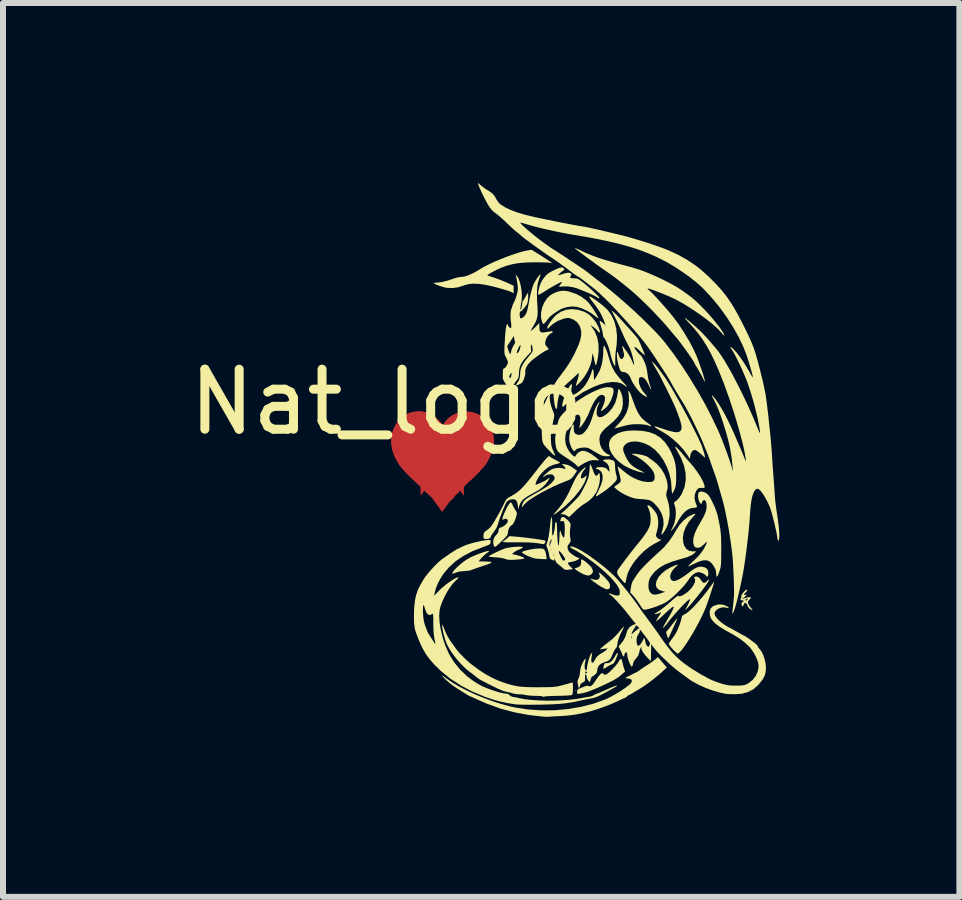
<source format=kicad_pcb>
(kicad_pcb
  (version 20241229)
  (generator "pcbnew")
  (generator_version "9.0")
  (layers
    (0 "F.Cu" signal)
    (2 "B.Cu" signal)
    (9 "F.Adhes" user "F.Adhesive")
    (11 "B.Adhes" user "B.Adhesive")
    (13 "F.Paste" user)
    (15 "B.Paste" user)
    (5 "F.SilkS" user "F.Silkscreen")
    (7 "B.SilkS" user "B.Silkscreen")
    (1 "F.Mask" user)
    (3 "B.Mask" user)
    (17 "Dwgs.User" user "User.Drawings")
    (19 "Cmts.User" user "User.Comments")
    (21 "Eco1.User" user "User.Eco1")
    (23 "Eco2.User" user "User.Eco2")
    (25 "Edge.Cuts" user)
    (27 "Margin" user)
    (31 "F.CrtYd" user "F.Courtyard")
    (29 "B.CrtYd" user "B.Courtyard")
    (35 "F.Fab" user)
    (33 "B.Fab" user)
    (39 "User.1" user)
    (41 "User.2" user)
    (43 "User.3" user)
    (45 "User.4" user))
  (footprint "Nat_logo"
    (layer "F.Cu")
    (at 3.387 6.186)
    (property "Reference" "Nat_logo" (at 0 -2.54 0) (unlocked yes) (layer "F.SilkS") (effects (font (size 1 1) (thickness 0.15))))
    (attr smd)
    (fp_poly (pts (xy 2.378 -4.392) (xy 2.38 -4.378) (xy 2.378 -4.376) (xy 2.371 -4.378) (xy 2.37 -4.384) (xy 2.375 -4.394)) (stroke (width 0) (type solid)) (fill yes) (layer "F.SilkS"))
    (fp_poly (pts (xy 3.152 2.264) (xy 3.154 2.279) (xy 3.152 2.28) (xy 3.145 2.279) (xy 3.144 2.272) (xy 3.149 2.263)) (stroke (width 0) (type solid)) (fill yes) (layer "F.SilkS"))
    (fp_poly (pts (xy 4.847 1.071) (xy 4.837 1.096) (xy 4.821 1.135) (xy 4.798 1.184) (xy 4.795 1.191) (xy 4.769 1.247) (xy 4.745 1.299) (xy 4.725 1.342) (xy 4.714 1.367) (xy 4.7 1.393) (xy 4.691 1.395) (xy 4.689 1.391) (xy 4.673 1.343) (xy 4.664 1.312) (xy 4.662 1.294) (xy 4.667 1.283) (xy 4.672 1.278) (xy 4.686 1.264) (xy 4.71 1.235) (xy 4.74 1.197) (xy 4.762 1.168) (xy 4.795 1.127) (xy 4.822 1.092) (xy 4.841 1.07) (xy 4.848 1.063)) (stroke (width 0) (type solid)) (fill yes) (layer "F.SilkS"))
    (fp_poly (pts (xy 2.579 -0.097) (xy 2.608 -0.093) (xy 2.625 -0.085) (xy 2.637 -0.071) (xy 2.638 -0.069) (xy 2.651 -0.04) (xy 2.661 -0.000251) (xy 2.664 0.02) (xy 2.671 0.081) (xy 2.613 0.079) (xy 2.565 0.076) (xy 2.511 0.072) (xy 2.489 0.07) (xy 2.455 0.063) (xy 2.413 0.049) (xy 2.368 0.031) (xy 2.325 0.011) (xy 2.29 -0.008) (xy 2.266 -0.025) (xy 2.259 -0.037) (xy 2.26 -0.039) (xy 2.281 -0.051) (xy 2.321 -0.063) (xy 2.371 -0.076) (xy 2.427 -0.086) (xy 2.481 -0.094) (xy 2.529 -0.097) (xy 2.534 -0.097)) (stroke (width 0) (type solid)) (fill yes) (layer "F.SilkS"))
    (fp_poly (pts (xy 3.855 1.642) (xy 3.857 1.649) (xy 3.854 1.664) (xy 3.843 1.694) (xy 3.827 1.737) (xy 3.808 1.781) (xy 3.792 1.808) (xy 3.775 1.824) (xy 3.756 1.832) (xy 3.723 1.847) (xy 3.684 1.87) (xy 3.67 1.88) (xy 3.641 1.898) (xy 3.621 1.906) (xy 3.616 1.905) (xy 3.615 1.888) (xy 3.621 1.859) (xy 3.623 1.851) (xy 3.635 1.821) (xy 3.649 1.811) (xy 3.659 1.812) (xy 3.701 1.811) (xy 3.742 1.788) (xy 3.781 1.745) (xy 3.8 1.713) (xy 3.821 1.677) (xy 3.838 1.651) (xy 3.849 1.641) (xy 3.849 1.641)) (stroke (width 0) (type solid)) (fill yes) (layer "F.SilkS"))
    (fp_poly (pts (xy 3.272 0.091) (xy 3.305 0.112) (xy 3.343 0.143) (xy 3.38 0.177) (xy 3.411 0.21) (xy 3.422 0.225) (xy 3.441 0.266) (xy 3.439 0.303) (xy 3.416 0.331) (xy 3.407 0.337) (xy 3.383 0.349) (xy 3.365 0.353) (xy 3.342 0.35) (xy 3.311 0.341) (xy 3.279 0.329) (xy 3.242 0.31) (xy 3.204 0.288) (xy 3.17 0.266) (xy 3.147 0.247) (xy 3.139 0.235) (xy 3.139 0.235) (xy 3.155 0.226) (xy 3.168 0.224) (xy 3.192 0.217) (xy 3.217 0.202) (xy 3.237 0.179) (xy 3.244 0.147) (xy 3.244 0.13) (xy 3.245 0.1) (xy 3.248 0.083) (xy 3.25 0.082)) (stroke (width 0) (type solid)) (fill yes) (layer "F.SilkS"))
    (fp_poly (pts (xy 2.147 -0.296) (xy 2.199 -0.292) (xy 2.262 -0.285) (xy 2.331 -0.277) (xy 2.402 -0.268) (xy 2.471 -0.259) (xy 2.535 -0.25) (xy 2.588 -0.241) (xy 2.626 -0.234) (xy 2.647 -0.229) (xy 2.648 -0.228) (xy 2.651 -0.212) (xy 2.642 -0.19) (xy 2.627 -0.173) (xy 2.617 -0.17) (xy 2.599 -0.173) (xy 2.564 -0.178) (xy 2.52 -0.186) (xy 2.513 -0.187) (xy 2.458 -0.193) (xy 2.381 -0.198) (xy 2.283 -0.2) (xy 2.17 -0.2) (xy 2.079 -0.2) (xy 2.011 -0.201) (xy 1.965 -0.203) (xy 1.94 -0.205) (xy 1.936 -0.21) (xy 1.937 -0.21) (xy 1.958 -0.225) (xy 1.988 -0.249) (xy 2.004 -0.263) (xy 2.05 -0.303)) (stroke (width 0) (type solid)) (fill yes) (layer "F.SilkS"))
    (fp_poly (pts (xy 3.564 0.315) (xy 3.598 0.346) (xy 3.631 0.377) (xy 3.678 0.427) (xy 3.709 0.467) (xy 3.724 0.501) (xy 3.726 0.533) (xy 3.723 0.552) (xy 3.712 0.574) (xy 3.687 0.581) (xy 3.681 0.581) (xy 3.654 0.578) (xy 3.639 0.571) (xy 3.624 0.56) (xy 3.603 0.553) (xy 3.585 0.544) (xy 3.556 0.526) (xy 3.519 0.502) (xy 3.481 0.474) (xy 3.445 0.448) (xy 3.417 0.425) (xy 3.4 0.41) (xy 3.399 0.406) (xy 3.411 0.408) (xy 3.437 0.414) (xy 3.444 0.417) (xy 3.481 0.424) (xy 3.514 0.423) (xy 3.517 0.422) (xy 3.543 0.405) (xy 3.556 0.375) (xy 3.553 0.34) (xy 3.549 0.33) (xy 3.539 0.307) (xy 3.544 0.302)) (stroke (width 0) (type solid)) (fill yes) (layer "F.SilkS"))
    (fp_poly (pts (xy 4.036 -2.724) (xy 4.048 -2.711) (xy 4.063 -2.683) (xy 4.082 -2.638) (xy 4.105 -2.573) (xy 4.115 -2.544) (xy 4.151 -2.45) (xy 4.185 -2.374) (xy 4.222 -2.313) (xy 4.264 -2.262) (xy 4.314 -2.218) (xy 4.358 -2.186) (xy 4.397 -2.158) (xy 4.416 -2.141) (xy 4.413 -2.135) (xy 4.389 -2.139) (xy 4.353 -2.151) (xy 4.313 -2.16) (xy 4.256 -2.166) (xy 4.188 -2.169) (xy 4.185 -2.169) (xy 4.12 -2.168) (xy 4.064 -2.162) (xy 4.007 -2.152) (xy 3.938 -2.134) (xy 3.886 -2.119) (xy 3.843 -2.108) (xy 3.813 -2.1) (xy 3.802 -2.098) (xy 3.806 -2.106) (xy 3.823 -2.127) (xy 3.852 -2.158) (xy 3.877 -2.184) (xy 3.952 -2.274) (xy 4.004 -2.367) (xy 4.034 -2.465) (xy 4.042 -2.55) (xy 4.041 -2.602) (xy 4.038 -2.65) (xy 4.034 -2.686) (xy 4.034 -2.686) (xy 4.029 -2.716) (xy 4.034 -2.725)) (stroke (width 0) (type solid)) (fill yes) (layer "F.SilkS"))
    (fp_poly (pts (xy 1.713 -0.056) (xy 1.707 -0.048) (xy 1.688 -0.032) (xy 1.685 -0.03) (xy 1.631 0.014) (xy 1.575 0.071) (xy 1.564 0.085) (xy 1.537 0.117) (xy 1.623 0.118) (xy 1.688 0.12) (xy 1.731 0.123) (xy 1.751 0.129) (xy 1.75 0.138) (xy 1.726 0.151) (xy 1.68 0.169) (xy 1.611 0.192) (xy 1.608 0.193) (xy 1.546 0.214) (xy 1.491 0.233) (xy 1.447 0.249) (xy 1.419 0.26) (xy 1.413 0.263) (xy 1.39 0.269) (xy 1.352 0.274) (xy 1.305 0.278) (xy 1.298 0.278) (xy 1.214 0.287) (xy 1.151 0.306) (xy 1.12 0.318) (xy 1.1 0.324) (xy 1.096 0.323) (xy 1.106 0.297) (xy 1.132 0.261) (xy 1.172 0.219) (xy 1.221 0.174) (xy 1.277 0.129) (xy 1.336 0.087) (xy 1.355 0.076) (xy 1.394 0.054) (xy 1.444 0.031) (xy 1.5 0.007) (xy 1.557 -0.015) (xy 1.612 -0.034) (xy 1.659 -0.049) (xy 1.694 -0.057) (xy 1.712 -0.057)) (stroke (width 0) (type solid)) (fill yes) (layer "F.SilkS"))
    (fp_poly (pts (xy 2.263 -0.125) (xy 2.275 -0.118) (xy 2.275 -0.118) (xy 2.265 -0.106) (xy 2.238 -0.091) (xy 2.216 -0.082) (xy 2.174 -0.064) (xy 2.137 -0.042) (xy 2.124 -0.033) (xy 2.092 -0.005) (xy 2.133 0.003) (xy 2.187 0.016) (xy 2.235 0.031) (xy 2.273 0.045) (xy 2.295 0.058) (xy 2.299 0.064) (xy 2.287 0.072) (xy 2.254 0.08) (xy 2.201 0.085) (xy 2.13 0.09) (xy 2.077 0.092) (xy 2.037 0.09) (xy 2.004 0.084) (xy 1.973 0.074) (xy 1.971 0.073) (xy 1.938 0.064) (xy 1.889 0.056) (xy 1.833 0.05) (xy 1.814 0.049) (xy 1.766 0.045) (xy 1.728 0.041) (xy 1.707 0.037) (xy 1.704 0.035) (xy 1.714 0.025) (xy 1.741 0.009) (xy 1.781 -0.012) (xy 1.828 -0.035) (xy 1.878 -0.058) (xy 1.925 -0.079) (xy 1.966 -0.095) (xy 1.989 -0.102) (xy 2.033 -0.112) (xy 2.084 -0.119) (xy 2.138 -0.125) (xy 2.189 -0.128) (xy 2.232 -0.128)) (stroke (width 0) (type solid)) (fill yes) (layer "F.SilkS"))
    (fp_poly (pts (xy 3.319 -1.451) (xy 3.318 -1.438) (xy 3.303 -1.417) (xy 3.303 -1.416) (xy 3.276 -1.381) (xy 3.255 -1.343) (xy 3.243 -1.307) (xy 3.241 -1.28) (xy 3.25 -1.265) (xy 3.256 -1.264) (xy 3.276 -1.271) (xy 3.302 -1.288) (xy 3.305 -1.29) (xy 3.338 -1.316) (xy 3.329 -1.275) (xy 3.306 -1.208) (xy 3.265 -1.132) (xy 3.208 -1.05) (xy 3.139 -0.965) (xy 3.06 -0.881) (xy 2.973 -0.799) (xy 2.901 -0.74) (xy 2.853 -0.704) (xy 2.821 -0.679) (xy 2.801 -0.665) (xy 2.791 -0.66) (xy 2.788 -0.66) (xy 2.787 -0.663) (xy 2.795 -0.675) (xy 2.815 -0.7) (xy 2.843 -0.733) (xy 2.857 -0.748) (xy 2.922 -0.831) (xy 2.986 -0.93) (xy 3.044 -1.038) (xy 3.066 -1.086) (xy 3.102 -1.165) (xy 3.131 -1.226) (xy 3.156 -1.274) (xy 3.179 -1.312) (xy 3.204 -1.345) (xy 3.232 -1.378) (xy 3.24 -1.386) (xy 3.273 -1.418) (xy 3.299 -1.441) (xy 3.316 -1.452)) (stroke (width 0) (type solid)) (fill yes) (layer "F.SilkS"))
    (fp_poly (pts (xy 2.984 -4.39) (xy 3.038 -4.38) (xy 3.154 -4.342) (xy 3.252 -4.292) (xy 3.337 -4.225) (xy 3.373 -4.188) (xy 3.395 -4.161) (xy 3.422 -4.123) (xy 3.451 -4.08) (xy 3.479 -4.035) (xy 3.504 -3.994) (xy 3.523 -3.96) (xy 3.532 -3.939) (xy 3.532 -3.934) (xy 3.521 -3.939) (xy 3.497 -3.955) (xy 3.47 -3.977) (xy 3.405 -4.023) (xy 3.328 -4.066) (xy 3.249 -4.101) (xy 3.177 -4.123) (xy 3.098 -4.13) (xy 3.014 -4.121) (xy 2.935 -4.098) (xy 2.893 -4.077) (xy 2.828 -4.036) (xy 2.779 -4.003) (xy 2.742 -3.974) (xy 2.712 -3.945) (xy 2.686 -3.913) (xy 2.68 -3.905) (xy 2.654 -3.871) (xy 2.632 -3.847) (xy 2.619 -3.837) (xy 2.619 -3.837) (xy 2.607 -3.846) (xy 2.595 -3.869) (xy 2.577 -3.944) (xy 2.577 -4.027) (xy 2.596 -4.113) (xy 2.631 -4.197) (xy 2.634 -4.201) (xy 2.68 -4.27) (xy 2.732 -4.319) (xy 2.795 -4.354) (xy 2.807 -4.359) (xy 2.874 -4.382) (xy 2.93 -4.392)) (stroke (width 0) (type solid)) (fill yes) (layer "F.SilkS"))
    (fp_poly (pts (xy 2.726 -2.653) (xy 2.724 -2.643) (xy 2.721 -2.604) (xy 2.727 -2.551) (xy 2.74 -2.489) (xy 2.76 -2.427) (xy 2.771 -2.399) (xy 2.788 -2.357) (xy 2.796 -2.326) (xy 2.796 -2.298) (xy 2.79 -2.263) (xy 2.789 -2.261) (xy 2.771 -2.177) (xy 2.758 -2.111) (xy 2.749 -2.059) (xy 2.743 -2.016) (xy 2.741 -1.978) (xy 2.741 -1.94) (xy 2.742 -1.904) (xy 2.746 -1.841) (xy 2.754 -1.794) (xy 2.768 -1.753) (xy 2.779 -1.728) (xy 2.8 -1.682) (xy 2.809 -1.654) (xy 2.806 -1.644) (xy 2.791 -1.653) (xy 2.761 -1.68) (xy 2.717 -1.725) (xy 2.711 -1.731) (xy 2.668 -1.776) (xy 2.637 -1.811) (xy 2.616 -1.842) (xy 2.603 -1.873) (xy 2.595 -1.911) (xy 2.592 -1.959) (xy 2.589 -2.025) (xy 2.589 -2.047) (xy 2.586 -2.118) (xy 2.582 -2.188) (xy 2.578 -2.251) (xy 2.574 -2.298) (xy 2.573 -2.306) (xy 2.568 -2.351) (xy 2.568 -2.381) (xy 2.574 -2.405) (xy 2.589 -2.431) (xy 2.598 -2.446) (xy 2.622 -2.487) (xy 2.648 -2.538) (xy 2.668 -2.582) (xy 2.687 -2.623) (xy 2.705 -2.653) (xy 2.718 -2.669) (xy 2.726 -2.67)) (stroke (width 0) (type solid)) (fill yes) (layer "F.SilkS"))
    (fp_poly (pts (xy 3.404 -1.492) (xy 3.417 -1.465) (xy 3.433 -1.426) (xy 3.437 -1.416) (xy 3.458 -1.361) (xy 3.475 -1.326) (xy 3.49 -1.31) (xy 3.503 -1.31) (xy 3.519 -1.325) (xy 3.523 -1.33) (xy 3.548 -1.361) (xy 3.556 -1.316) (xy 3.559 -1.257) (xy 3.55 -1.187) (xy 3.531 -1.114) (xy 3.504 -1.046) (xy 3.495 -1.031) (xy 3.441 -0.955) (xy 3.37 -0.888) (xy 3.293 -0.838) (xy 3.264 -0.82) (xy 3.225 -0.789) (xy 3.18 -0.751) (xy 3.145 -0.718) (xy 3.106 -0.68) (xy 3.073 -0.649) (xy 3.052 -0.629) (xy 3.044 -0.621) (xy 3.035 -0.627) (xy 3.013 -0.642) (xy 3.007 -0.645) (xy 2.972 -0.662) (xy 2.937 -0.669) (xy 2.936 -0.669) (xy 2.9 -0.67) (xy 2.936 -0.7) (xy 2.968 -0.728) (xy 3.009 -0.767) (xy 3.055 -0.811) (xy 3.102 -0.858) (xy 3.145 -0.902) (xy 3.181 -0.94) (xy 3.205 -0.967) (xy 3.21 -0.973) (xy 3.238 -1.015) (xy 3.27 -1.072) (xy 3.303 -1.135) (xy 3.333 -1.197) (xy 3.355 -1.251) (xy 3.364 -1.277) (xy 3.375 -1.326) (xy 3.383 -1.384) (xy 3.386 -1.423) (xy 3.388 -1.463) (xy 3.392 -1.491) (xy 3.396 -1.503) (xy 3.396 -1.503)) (stroke (width 0) (type solid)) (fill yes) (layer "F.SilkS"))
    (fp_poly (pts (xy 2.087 -0.855) (xy 2.1 -0.831) (xy 2.1 -0.83) (xy 2.114 -0.798) (xy 2.136 -0.76) (xy 2.146 -0.743) (xy 2.167 -0.711) (xy 2.174 -0.688) (xy 2.172 -0.662) (xy 2.168 -0.645) (xy 2.148 -0.582) (xy 2.125 -0.531) (xy 2.103 -0.497) (xy 2.085 -0.485) (xy 2.063 -0.467) (xy 2.043 -0.433) (xy 2.029 -0.391) (xy 2.025 -0.356) (xy 2.022 -0.338) (xy 2.012 -0.317) (xy 1.992 -0.291) (xy 1.958 -0.256) (xy 1.918 -0.216) (xy 1.869 -0.17) (xy 1.834 -0.14) (xy 1.812 -0.126) (xy 1.8 -0.126) (xy 1.8 -0.126) (xy 1.79 -0.146) (xy 1.782 -0.179) (xy 1.78 -0.19) (xy 1.783 -0.245) (xy 1.809 -0.3) (xy 1.846 -0.341) (xy 1.866 -0.373) (xy 1.87 -0.401) (xy 1.874 -0.429) (xy 1.888 -0.442) (xy 1.905 -0.447) (xy 1.94 -0.461) (xy 1.976 -0.486) (xy 2.006 -0.516) (xy 2.023 -0.545) (xy 2.025 -0.556) (xy 2.015 -0.581) (xy 1.993 -0.594) (xy 1.966 -0.59) (xy 1.959 -0.585) (xy 1.941 -0.576) (xy 1.935 -0.577) (xy 1.933 -0.593) (xy 1.941 -0.626) (xy 1.957 -0.668) (xy 1.978 -0.716) (xy 2.001 -0.765) (xy 2.025 -0.809) (xy 2.047 -0.843) (xy 2.065 -0.863) (xy 2.072 -0.865)) (stroke (width 0) (type solid)) (fill yes) (layer "F.SilkS"))
    (fp_poly (pts (xy 3.74 -1.577) (xy 3.777 -1.565) (xy 3.794 -1.554) (xy 3.806 -1.527) (xy 3.811 -1.479) (xy 3.811 -1.462) (xy 3.814 -1.409) (xy 3.823 -1.354) (xy 3.83 -1.326) (xy 3.84 -1.287) (xy 3.841 -1.26) (xy 3.834 -1.239) (xy 3.833 -1.236) (xy 3.811 -1.208) (xy 3.774 -1.17) (xy 3.727 -1.127) (xy 3.673 -1.083) (xy 3.618 -1.042) (xy 3.589 -1.023) (xy 3.543 -0.993) (xy 3.514 -0.975) (xy 3.497 -0.968) (xy 3.49 -0.97) (xy 3.49 -0.973) (xy 3.495 -0.986) (xy 3.509 -1.015) (xy 3.529 -1.054) (xy 3.536 -1.068) (xy 3.578 -1.161) (xy 3.601 -1.241) (xy 3.604 -1.308) (xy 3.588 -1.362) (xy 3.567 -1.391) (xy 3.54 -1.411) (xy 3.515 -1.419) (xy 3.514 -1.419) (xy 3.493 -1.425) (xy 3.493 -1.437) (xy 3.509 -1.448) (xy 3.544 -1.454) (xy 3.589 -1.453) (xy 3.632 -1.447) (xy 3.655 -1.438) (xy 3.683 -1.415) (xy 3.699 -1.394) (xy 3.71 -1.377) (xy 3.714 -1.378) (xy 3.715 -1.399) (xy 3.716 -1.411) (xy 3.707 -1.465) (xy 3.682 -1.51) (xy 3.644 -1.54) (xy 3.642 -1.541) (xy 3.617 -1.556) (xy 3.609 -1.568) (xy 3.622 -1.575) (xy 3.624 -1.575) (xy 3.648 -1.578) (xy 3.662 -1.581) (xy 3.699 -1.583)) (stroke (width 0) (type solid)) (fill yes) (layer "F.SilkS"))
    (fp_poly (pts (xy 3.922 1.755) (xy 3.932 1.791) (xy 3.932 1.793) (xy 3.942 1.836) (xy 3.955 1.884) (xy 3.959 1.897) (xy 3.978 1.952) (xy 3.936 1.988) (xy 3.891 2.027) (xy 3.853 2.055) (xy 3.811 2.081) (xy 3.776 2.102) (xy 3.737 2.121) (xy 3.684 2.147) (xy 3.623 2.176) (xy 3.56 2.205) (xy 3.504 2.23) (xy 3.46 2.248) (xy 3.435 2.258) (xy 3.399 2.272) (xy 3.377 2.281) (xy 3.332 2.297) (xy 3.284 2.31) (xy 3.238 2.319) (xy 3.202 2.323) (xy 3.182 2.321) (xy 3.181 2.321) (xy 3.174 2.305) (xy 3.178 2.279) (xy 3.188 2.254) (xy 3.203 2.241) (xy 3.223 2.233) (xy 3.258 2.219) (xy 3.29 2.206) (xy 3.332 2.191) (xy 3.356 2.188) (xy 3.362 2.192) (xy 3.376 2.199) (xy 3.399 2.196) (xy 3.422 2.184) (xy 3.448 2.157) (xy 3.48 2.111) (xy 3.486 2.102) (xy 3.515 2.059) (xy 3.543 2.022) (xy 3.566 1.997) (xy 3.57 1.994) (xy 3.592 1.979) (xy 3.604 1.979) (xy 3.616 1.992) (xy 3.638 2.006) (xy 3.657 2.004) (xy 3.681 1.99) (xy 3.716 1.962) (xy 3.756 1.924) (xy 3.796 1.882) (xy 3.832 1.84) (xy 3.86 1.803) (xy 3.87 1.786) (xy 3.891 1.752) (xy 3.908 1.742)) (stroke (width 0) (type solid)) (fill yes) (layer "F.SilkS"))
    (fp_poly (pts (xy 5.46 0.467) (xy 5.452 0.497) (xy 5.438 0.541) (xy 5.421 0.595) (xy 5.401 0.655) (xy 5.381 0.717) (xy 5.361 0.775) (xy 5.343 0.827) (xy 5.328 0.868) (xy 5.324 0.879) (xy 5.291 0.958) (xy 5.251 1.043) (xy 5.206 1.132) (xy 5.158 1.221) (xy 5.109 1.308) (xy 5.059 1.391) (xy 5.011 1.467) (xy 4.966 1.533) (xy 4.925 1.588) (xy 4.891 1.627) (xy 4.864 1.649) (xy 4.852 1.653) (xy 4.838 1.645) (xy 4.813 1.623) (xy 4.781 1.591) (xy 4.771 1.58) (xy 4.74 1.544) (xy 4.717 1.514) (xy 4.705 1.495) (xy 4.704 1.492) (xy 4.711 1.476) (xy 4.729 1.448) (xy 4.75 1.419) (xy 4.782 1.377) (xy 4.812 1.331) (xy 4.827 1.306) (xy 4.849 1.262) (xy 4.871 1.209) (xy 4.892 1.154) (xy 4.908 1.104) (xy 4.917 1.065) (xy 4.919 1.051) (xy 4.926 1.027) (xy 4.952 1.008) (xy 4.957 1.006) (xy 5.002 0.98) (xy 5.056 0.935) (xy 5.12 0.874) (xy 5.19 0.797) (xy 5.191 0.796) (xy 5.237 0.743) (xy 5.271 0.703) (xy 5.298 0.67) (xy 5.322 0.64) (xy 5.347 0.607) (xy 5.376 0.567) (xy 5.389 0.549) (xy 5.419 0.509) (xy 5.443 0.477) (xy 5.459 0.458) (xy 5.463 0.455)) (stroke (width 0) (type solid)) (fill yes) (layer "F.SilkS"))
    (fp_poly (pts (xy 4.37 -0.816) (xy 4.396 -0.801) (xy 4.429 -0.77) (xy 4.463 -0.731) (xy 4.493 -0.688) (xy 4.503 -0.67) (xy 4.522 -0.613) (xy 4.53 -0.542) (xy 4.526 -0.464) (xy 4.51 -0.388) (xy 4.507 -0.38) (xy 4.496 -0.342) (xy 4.492 -0.318) (xy 4.495 -0.301) (xy 4.507 -0.283) (xy 4.51 -0.279) (xy 4.538 -0.254) (xy 4.561 -0.249) (xy 4.579 -0.249) (xy 4.578 -0.242) (xy 4.557 -0.227) (xy 4.516 -0.203) (xy 4.471 -0.18) (xy 4.387 -0.129) (xy 4.3 -0.061) (xy 4.218 0.019) (xy 4.144 0.105) (xy 4.104 0.162) (xy 4.064 0.226) (xy 4.036 0.28) (xy 4.017 0.331) (xy 4.002 0.386) (xy 3.997 0.412) (xy 3.989 0.453) (xy 3.983 0.474) (xy 3.976 0.479) (xy 3.964 0.472) (xy 3.958 0.466) (xy 3.938 0.445) (xy 3.91 0.413) (xy 3.885 0.382) (xy 3.856 0.34) (xy 3.844 0.307) (xy 3.849 0.276) (xy 3.871 0.239) (xy 3.877 0.23) (xy 3.982 0.087) (xy 4.08 -0.041) (xy 4.168 -0.151) (xy 4.177 -0.162) (xy 4.251 -0.253) (xy 4.308 -0.33) (xy 4.351 -0.396) (xy 4.379 -0.451) (xy 4.395 -0.499) (xy 4.396 -0.502) (xy 4.403 -0.567) (xy 4.401 -0.639) (xy 4.389 -0.706) (xy 4.37 -0.76) (xy 4.353 -0.795) (xy 4.349 -0.813) (xy 4.356 -0.818)) (stroke (width 0) (type solid)) (fill yes) (layer "F.SilkS"))
    (fp_poly (pts (xy 2.979 -1.5) (xy 3.026 -1.489) (xy 3.077 -1.463) (xy 3.106 -1.444) (xy 3.177 -1.394) (xy 3.131 -1.324) (xy 3.109 -1.293) (xy 3.089 -1.27) (xy 3.067 -1.253) (xy 3.036 -1.237) (xy 2.99 -1.218) (xy 2.969 -1.21) (xy 2.877 -1.173) (xy 2.783 -1.131) (xy 2.689 -1.084) (xy 2.598 -1.037) (xy 2.513 -0.988) (xy 2.438 -0.942) (xy 2.374 -0.899) (xy 2.325 -0.86) (xy 2.294 -0.829) (xy 2.288 -0.819) (xy 2.271 -0.794) (xy 2.261 -0.79) (xy 2.26 -0.808) (xy 2.264 -0.827) (xy 2.276 -0.859) (xy 2.294 -0.888) (xy 2.321 -0.915) (xy 2.361 -0.944) (xy 2.417 -0.977) (xy 2.461 -1.002) (xy 2.556 -1.055) (xy 2.631 -1.1) (xy 2.69 -1.139) (xy 2.734 -1.174) (xy 2.767 -1.207) (xy 2.775 -1.217) (xy 2.797 -1.247) (xy 2.804 -1.269) (xy 2.8 -1.291) (xy 2.8 -1.292) (xy 2.782 -1.318) (xy 2.763 -1.33) (xy 2.728 -1.334) (xy 2.688 -1.328) (xy 2.655 -1.315) (xy 2.644 -1.306) (xy 2.626 -1.291) (xy 2.616 -1.288) (xy 2.614 -1.295) (xy 2.627 -1.312) (xy 2.65 -1.336) (xy 2.68 -1.362) (xy 2.712 -1.388) (xy 2.742 -1.409) (xy 2.759 -1.419) (xy 2.818 -1.437) (xy 2.882 -1.442) (xy 2.94 -1.434) (xy 2.949 -1.431) (xy 2.977 -1.423) (xy 2.986 -1.429) (xy 2.976 -1.449) (xy 2.959 -1.468) (xy 2.924 -1.506)) (stroke (width 0) (type solid)) (fill yes) (layer "F.SilkS"))
    (fp_poly (pts (xy 4.265 -2.058) (xy 4.38 -2.036) (xy 4.479 -1.999) (xy 4.565 -1.944) (xy 4.639 -1.871) (xy 4.704 -1.778) (xy 4.746 -1.7) (xy 4.78 -1.622) (xy 4.804 -1.551) (xy 4.819 -1.478) (xy 4.827 -1.396) (xy 4.829 -1.306) (xy 4.828 -1.238) (xy 4.826 -1.188) (xy 4.821 -1.15) (xy 4.814 -1.117) (xy 4.802 -1.085) (xy 4.801 -1.083) (xy 4.785 -1.047) (xy 4.771 -1.022) (xy 4.763 -1.014) (xy 4.758 -1.025) (xy 4.754 -1.054) (xy 4.752 -1.094) (xy 4.752 -1.097) (xy 4.743 -1.219) (xy 4.716 -1.34) (xy 4.673 -1.457) (xy 4.618 -1.566) (xy 4.55 -1.663) (xy 4.472 -1.745) (xy 4.387 -1.808) (xy 4.373 -1.816) (xy 4.291 -1.853) (xy 4.21 -1.875) (xy 4.133 -1.882) (xy 4.064 -1.874) (xy 4.007 -1.852) (xy 3.968 -1.818) (xy 3.95 -1.788) (xy 3.944 -1.756) (xy 3.95 -1.717) (xy 3.97 -1.666) (xy 3.985 -1.633) (xy 4.016 -1.573) (xy 4.049 -1.525) (xy 4.087 -1.486) (xy 4.135 -1.45) (xy 4.199 -1.413) (xy 4.24 -1.393) (xy 4.305 -1.36) (xy 4.252 -1.367) (xy 4.193 -1.38) (xy 4.124 -1.404) (xy 4.051 -1.434) (xy 3.983 -1.468) (xy 3.944 -1.492) (xy 3.862 -1.554) (xy 3.797 -1.621) (xy 3.749 -1.689) (xy 3.719 -1.757) (xy 3.709 -1.823) (xy 3.718 -1.884) (xy 3.747 -1.938) (xy 3.785 -1.975) (xy 3.852 -2.016) (xy 3.932 -2.044) (xy 4.026 -2.06) (xy 4.133 -2.064)) (stroke (width 0) (type solid)) (fill yes) (layer "F.SilkS"))
    (fp_poly (pts (xy 4.832 -1.785) (xy 4.858 -1.759) (xy 4.896 -1.719) (xy 4.937 -1.669) (xy 4.974 -1.624) (xy 5.014 -1.578) (xy 5.047 -1.54) (xy 5.049 -1.538) (xy 5.106 -1.473) (xy 5.16 -1.402) (xy 5.21 -1.33) (xy 5.251 -1.261) (xy 5.282 -1.199) (xy 5.299 -1.148) (xy 5.302 -1.134) (xy 5.302 -1.115) (xy 5.293 -1.107) (xy 5.267 -1.107) (xy 5.258 -1.107) (xy 5.221 -1.107) (xy 5.196 -1.098) (xy 5.175 -1.076) (xy 5.158 -1.05) (xy 5.138 -0.994) (xy 5.135 -0.929) (xy 5.151 -0.863) (xy 5.157 -0.849) (xy 5.17 -0.817) (xy 5.175 -0.793) (xy 5.174 -0.787) (xy 5.159 -0.78) (xy 5.129 -0.776) (xy 5.116 -0.776) (xy 5.056 -0.764) (xy 4.996 -0.729) (xy 4.938 -0.672) (xy 4.881 -0.592) (xy 4.845 -0.526) (xy 4.829 -0.499) (xy 4.807 -0.467) (xy 4.784 -0.435) (xy 4.762 -0.408) (xy 4.747 -0.392) (xy 4.74 -0.39) (xy 4.74 -0.39) (xy 4.746 -0.407) (xy 4.76 -0.433) (xy 4.763 -0.439) (xy 4.794 -0.507) (xy 4.814 -0.588) (xy 4.823 -0.673) (xy 4.819 -0.754) (xy 4.805 -0.813) (xy 4.794 -0.846) (xy 4.793 -0.863) (xy 4.801 -0.873) (xy 4.808 -0.877) (xy 4.846 -0.907) (xy 4.885 -0.952) (xy 4.919 -1.004) (xy 4.924 -1.014) (xy 4.968 -1.124) (xy 4.988 -1.239) (xy 4.985 -1.357) (xy 4.958 -1.48) (xy 4.909 -1.607) (xy 4.847 -1.72) (xy 4.822 -1.762) (xy 4.813 -1.787) (xy 4.816 -1.794)) (stroke (width 0) (type solid)) (fill yes) (layer "F.SilkS"))
    (fp_poly (pts (xy 3.398 -4.294) (xy 3.428 -4.277) (xy 3.468 -4.25) (xy 3.514 -4.217) (xy 3.563 -4.18) (xy 3.61 -4.142) (xy 3.651 -4.107) (xy 3.682 -4.076) (xy 3.688 -4.071) (xy 3.751 -3.983) (xy 3.799 -3.88) (xy 3.829 -3.764) (xy 3.843 -3.638) (xy 3.838 -3.505) (xy 3.83 -3.442) (xy 3.821 -3.376) (xy 3.815 -3.307) (xy 3.813 -3.246) (xy 3.813 -3.226) (xy 3.814 -3.182) (xy 3.813 -3.15) (xy 3.811 -3.135) (xy 3.81 -3.134) (xy 3.801 -3.144) (xy 3.788 -3.17) (xy 3.776 -3.194) (xy 3.762 -3.235) (xy 3.746 -3.288) (xy 3.731 -3.346) (xy 3.728 -3.36) (xy 3.714 -3.415) (xy 3.695 -3.473) (xy 3.673 -3.527) (xy 3.651 -3.573) (xy 3.632 -3.605) (xy 3.621 -3.616) (xy 3.612 -3.632) (xy 3.609 -3.658) (xy 3.605 -3.685) (xy 3.596 -3.727) (xy 3.582 -3.776) (xy 3.578 -3.789) (xy 3.573 -3.807) (xy 3.645 -3.807) (xy 3.65 -3.801) (xy 3.656 -3.807) (xy 3.65 -3.813) (xy 3.645 -3.807) (xy 3.573 -3.807) (xy 3.565 -3.834) (xy 3.556 -3.869) (xy 3.553 -3.889) (xy 3.553 -3.892) (xy 3.564 -3.888) (xy 3.587 -3.872) (xy 3.604 -3.858) (xy 3.649 -3.819) (xy 3.64 -3.851) (xy 3.631 -3.878) (xy 3.615 -3.918) (xy 3.595 -3.963) (xy 3.59 -3.973) (xy 3.572 -4.01) (xy 3.552 -4.044) (xy 3.529 -4.081) (xy 3.5 -4.123) (xy 3.461 -4.175) (xy 3.41 -4.241) (xy 3.403 -4.251) (xy 3.385 -4.278) (xy 3.38 -4.295) (xy 3.382 -4.299)) (stroke (width 0) (type solid)) (fill yes) (layer "F.SilkS"))
    (fp_poly (pts (xy 6.012 0.592) (xy 6.007 0.611) (xy 5.989 0.633) (xy 5.986 0.635) (xy 5.962 0.658) (xy 5.956 0.672) (xy 5.969 0.675) (xy 5.979 0.673) (xy 5.998 0.671) (xy 5.999 0.679) (xy 5.981 0.699) (xy 5.964 0.715) (xy 5.925 0.749) (xy 5.971 0.731) (xy 6.01 0.718) (xy 6.045 0.713) (xy 6.068 0.715) (xy 6.074 0.722) (xy 6.066 0.736) (xy 6.047 0.757) (xy 6.045 0.759) (xy 6.027 0.778) (xy 6.023 0.795) (xy 6.03 0.82) (xy 6.034 0.83) (xy 6.054 0.866) (xy 6.079 0.898) (xy 6.081 0.9) (xy 6.099 0.918) (xy 6.098 0.926) (xy 6.092 0.927) (xy 6.071 0.919) (xy 6.046 0.9) (xy 6.043 0.898) (xy 6.023 0.871) (xy 6.014 0.847) (xy 6.014 0.845) (xy 6.004 0.822) (xy 5.98 0.809) (xy 5.971 0.808) (xy 5.964 0.817) (xy 5.955 0.837) (xy 5.942 0.86) (xy 5.93 0.867) (xy 5.922 0.859) (xy 5.923 0.85) (xy 5.921 0.832) (xy 5.915 0.828) (xy 5.912 0.818) (xy 5.928 0.802) (xy 5.949 0.782) (xy 5.953 0.769) (xy 5.985 0.769) (xy 5.989 0.772) (xy 6.005 0.764) (xy 6.014 0.754) (xy 6.023 0.74) (xy 6.012 0.736) (xy 6.011 0.736) (xy 5.991 0.746) (xy 5.986 0.754) (xy 5.985 0.769) (xy 5.953 0.769) (xy 5.953 0.769) (xy 5.939 0.767) (xy 5.933 0.768) (xy 5.913 0.765) (xy 5.901 0.751) (xy 5.903 0.734) (xy 5.908 0.73) (xy 5.915 0.714) (xy 5.913 0.7) (xy 5.916 0.682) (xy 5.93 0.657) (xy 5.951 0.631) (xy 5.974 0.607) (xy 5.995 0.591) (xy 6.009 0.589)) (stroke (width 0) (type solid)) (fill yes) (layer "F.SilkS"))
    (fp_poly (pts (xy 4.458 -3.183) (xy 4.488 -3.151) (xy 4.522 -3.11) (xy 4.545 -3.079) (xy 4.576 -3.036) (xy 4.606 -2.995) (xy 4.625 -2.97) (xy 4.657 -2.924) (xy 4.698 -2.859) (xy 4.747 -2.78) (xy 4.8 -2.687) (xy 4.858 -2.586) (xy 4.918 -2.478) (xy 4.978 -2.367) (xy 5.038 -2.255) (xy 5.094 -2.146) (xy 5.146 -2.042) (xy 5.193 -1.948) (xy 5.231 -1.864) (xy 5.249 -1.824) (xy 5.26 -1.796) (xy 5.273 -1.755) (xy 5.287 -1.71) (xy 5.299 -1.667) (xy 5.308 -1.632) (xy 5.312 -1.613) (xy 5.304 -1.616) (xy 5.284 -1.632) (xy 5.261 -1.653) (xy 5.211 -1.698) (xy 5.17 -1.727) (xy 5.142 -1.74) (xy 5.138 -1.741) (xy 5.109 -1.73) (xy 5.083 -1.701) (xy 5.066 -1.661) (xy 5.063 -1.644) (xy 5.056 -1.592) (xy 5.018 -1.651) (xy 4.953 -1.741) (xy 4.871 -1.831) (xy 4.778 -1.917) (xy 4.679 -1.993) (xy 4.584 -2.051) (xy 4.53 -2.081) (xy 4.492 -2.106) (xy 4.471 -2.124) (xy 4.47 -2.133) (xy 4.476 -2.134) (xy 4.492 -2.13) (xy 4.525 -2.12) (xy 4.568 -2.105) (xy 4.589 -2.098) (xy 4.688 -2.065) (xy 4.767 -2.044) (xy 4.827 -2.035) (xy 4.866 -2.037) (xy 4.874 -2.04) (xy 4.902 -2.059) (xy 4.915 -2.085) (xy 4.919 -2.12) (xy 4.914 -2.155) (xy 4.901 -2.208) (xy 4.881 -2.272) (xy 4.855 -2.345) (xy 4.826 -2.42) (xy 4.794 -2.494) (xy 4.782 -2.521) (xy 4.754 -2.58) (xy 4.721 -2.648) (xy 4.685 -2.721) (xy 4.648 -2.795) (xy 4.612 -2.866) (xy 4.579 -2.931) (xy 4.551 -2.986) (xy 4.529 -3.026) (xy 4.515 -3.05) (xy 4.514 -3.051) (xy 4.498 -3.077) (xy 4.476 -3.115) (xy 4.455 -3.152) (xy 4.416 -3.223)) (stroke (width 0) (type solid)) (fill yes) (layer "F.SilkS"))
    (fp_poly (pts (xy 3.634 -3.469) (xy 3.649 -3.442) (xy 3.666 -3.404) (xy 3.682 -3.361) (xy 3.693 -3.324) (xy 3.724 -3.217) (xy 3.759 -3.126) (xy 3.802 -3.046) (xy 3.857 -2.969) (xy 3.926 -2.889) (xy 3.941 -2.873) (xy 3.973 -2.839) (xy 3.996 -2.811) (xy 4.008 -2.794) (xy 4.008 -2.791) (xy 3.996 -2.794) (xy 3.976 -2.809) (xy 3.975 -2.81) (xy 3.918 -2.847) (xy 3.847 -2.867) (xy 3.763 -2.872) (xy 3.667 -2.86) (xy 3.563 -2.833) (xy 3.451 -2.789) (xy 3.419 -2.774) (xy 3.366 -2.748) (xy 3.319 -2.724) (xy 3.282 -2.705) (xy 3.264 -2.694) (xy 3.242 -2.679) (xy 3.205 -2.654) (xy 3.16 -2.624) (xy 3.127 -2.603) (xy 3.078 -2.57) (xy 3.032 -2.536) (xy 2.996 -2.507) (xy 2.982 -2.494) (xy 2.954 -2.467) (xy 2.938 -2.457) (xy 2.931 -2.464) (xy 2.93 -2.484) (xy 2.935 -2.52) (xy 2.948 -2.57) (xy 2.968 -2.628) (xy 2.99 -2.686) (xy 3.015 -2.737) (xy 3.016 -2.738) (xy 3.046 -2.791) (xy 3.069 -2.824) (xy 3.085 -2.836) (xy 3.092 -2.828) (xy 3.091 -2.799) (xy 3.086 -2.778) (xy 3.081 -2.732) (xy 3.085 -2.693) (xy 3.098 -2.667) (xy 3.11 -2.66) (xy 3.133 -2.665) (xy 3.168 -2.684) (xy 3.209 -2.714) (xy 3.25 -2.75) (xy 3.288 -2.789) (xy 3.292 -2.793) (xy 3.327 -2.841) (xy 3.363 -2.903) (xy 3.394 -2.969) (xy 3.417 -3.03) (xy 3.424 -3.054) (xy 3.432 -3.081) (xy 3.441 -3.085) (xy 3.448 -3.069) (xy 3.454 -3.034) (xy 3.456 -2.994) (xy 3.46 -2.902) (xy 3.504 -2.969) (xy 3.559 -3.071) (xy 3.594 -3.184) (xy 3.611 -3.309) (xy 3.613 -3.351) (xy 3.614 -3.403) (xy 3.617 -3.445) (xy 3.621 -3.472) (xy 3.624 -3.479)) (stroke (width 0) (type solid)) (fill yes) (layer "F.SilkS"))
    (fp_poly (pts (xy 2.936 -4.777) (xy 2.956 -4.764) (xy 2.966 -4.749) (xy 2.961 -4.735) (xy 2.956 -4.733) (xy 2.938 -4.722) (xy 2.914 -4.704) (xy 2.889 -4.682) (xy 2.869 -4.663) (xy 2.862 -4.651) (xy 2.862 -4.651) (xy 2.875 -4.652) (xy 2.903 -4.66) (xy 2.934 -4.67) (xy 2.992 -4.688) (xy 3.035 -4.693) (xy 3.066 -4.686) (xy 3.073 -4.682) (xy 3.084 -4.67) (xy 3.079 -4.651) (xy 3.076 -4.647) (xy 3.063 -4.622) (xy 3.067 -4.607) (xy 3.089 -4.6) (xy 3.126 -4.599) (xy 3.157 -4.598) (xy 3.181 -4.593) (xy 3.206 -4.582) (xy 3.236 -4.562) (xy 3.278 -4.529) (xy 3.284 -4.525) (xy 3.328 -4.488) (xy 3.377 -4.447) (xy 3.425 -4.403) (xy 3.469 -4.362) (xy 3.507 -4.325) (xy 3.535 -4.296) (xy 3.548 -4.278) (xy 3.549 -4.275) (xy 3.542 -4.266) (xy 3.524 -4.273) (xy 3.513 -4.282) (xy 3.492 -4.295) (xy 3.454 -4.315) (xy 3.402 -4.339) (xy 3.343 -4.365) (xy 3.28 -4.391) (xy 3.219 -4.415) (xy 3.165 -4.435) (xy 3.122 -4.448) (xy 3.11 -4.451) (xy 3.025 -4.464) (xy 2.952 -4.464) (xy 2.872 -4.459) (xy 2.902 -4.499) (xy 2.919 -4.523) (xy 2.925 -4.538) (xy 2.924 -4.539) (xy 2.905 -4.533) (xy 2.869 -4.516) (xy 2.82 -4.49) (xy 2.763 -4.458) (xy 2.701 -4.422) (xy 2.639 -4.382) (xy 2.635 -4.38) (xy 2.595 -4.355) (xy 2.561 -4.336) (xy 2.54 -4.326) (xy 2.536 -4.325) (xy 2.53 -4.335) (xy 2.53 -4.363) (xy 2.536 -4.403) (xy 2.547 -4.45) (xy 2.563 -4.498) (xy 2.564 -4.501) (xy 2.6 -4.573) (xy 2.653 -4.641) (xy 2.686 -4.672) (xy 2.716 -4.693) (xy 2.758 -4.717) (xy 2.806 -4.741) (xy 2.852 -4.762) (xy 2.891 -4.776) (xy 2.911 -4.781)) (stroke (width 0) (type solid)) (fill yes) (layer "F.SilkS"))
    (fp_poly (pts (xy 2.566 -4.984) (xy 2.62 -4.949) (xy 2.669 -4.917) (xy 2.709 -4.891) (xy 2.734 -4.874) (xy 2.738 -4.871) (xy 2.767 -4.849) (xy 2.726 -4.858) (xy 2.701 -4.861) (xy 2.657 -4.863) (xy 2.599 -4.865) (xy 2.531 -4.866) (xy 2.472 -4.866) (xy 2.33 -4.863) (xy 2.207 -4.853) (xy 2.097 -4.834) (xy 1.995 -4.806) (xy 1.895 -4.768) (xy 1.794 -4.719) (xy 1.792 -4.718) (xy 1.739 -4.689) (xy 1.705 -4.669) (xy 1.687 -4.656) (xy 1.683 -4.648) (xy 1.691 -4.643) (xy 1.693 -4.643) (xy 1.741 -4.628) (xy 1.804 -4.607) (xy 1.874 -4.582) (xy 1.943 -4.555) (xy 2.003 -4.529) (xy 2.016 -4.524) (xy 2.12 -4.476) (xy 2.12 -4.412) (xy 2.12 -4.377) (xy 2.119 -4.354) (xy 2.117 -4.349) (xy 2.107 -4.356) (xy 2.091 -4.366) (xy 2.067 -4.378) (xy 2.025 -4.393) (xy 1.969 -4.41) (xy 1.903 -4.429) (xy 1.832 -4.449) (xy 1.759 -4.467) (xy 1.691 -4.482) (xy 1.649 -4.491) (xy 1.545 -4.506) (xy 1.449 -4.51) (xy 1.366 -4.502) (xy 1.299 -4.484) (xy 1.296 -4.482) (xy 1.199 -4.45) (xy 1.1 -4.436) (xy 1.005 -4.441) (xy 1.003 -4.441) (xy 0.965 -4.449) (xy 0.922 -4.462) (xy 0.878 -4.477) (xy 0.838 -4.492) (xy 0.808 -4.506) (xy 0.792 -4.517) (xy 0.793 -4.522) (xy 0.81 -4.525) (xy 0.843 -4.528) (xy 0.882 -4.531) (xy 0.945 -4.541) (xy 1.021 -4.561) (xy 1.076 -4.579) (xy 1.16 -4.607) (xy 1.226 -4.621) (xy 1.253 -4.622) (xy 1.302 -4.629) (xy 1.364 -4.649) (xy 1.433 -4.679) (xy 1.502 -4.716) (xy 1.543 -4.741) (xy 1.607 -4.78) (xy 1.69 -4.823) (xy 1.785 -4.868) (xy 1.889 -4.912) (xy 1.996 -4.955) (xy 2.102 -4.993) (xy 2.201 -5.026) (xy 2.288 -5.05) (xy 2.35 -5.063) (xy 2.421 -5.074)) (stroke (width 0) (type solid)) (fill yes) (layer "F.SilkS"))
    (fp_poly (pts (xy 5.277 -1.043) (xy 5.318 -1.026) (xy 5.347 -1.007) (xy 5.371 -0.979) (xy 5.4 -0.934) (xy 5.43 -0.876) (xy 5.46 -0.813) (xy 5.487 -0.748) (xy 5.508 -0.687) (xy 5.518 -0.651) (xy 5.537 -0.563) (xy 5.552 -0.49) (xy 5.563 -0.428) (xy 5.57 -0.369) (xy 5.575 -0.308) (xy 5.578 -0.239) (xy 5.579 -0.157) (xy 5.579 -0.08) (xy 5.579 0.009) (xy 5.578 0.078) (xy 5.577 0.131) (xy 5.574 0.171) (xy 5.57 0.204) (xy 5.565 0.231) (xy 5.557 0.259) (xy 5.549 0.283) (xy 5.53 0.336) (xy 5.514 0.366) (xy 5.503 0.373) (xy 5.497 0.357) (xy 5.495 0.321) (xy 5.491 0.278) (xy 5.477 0.237) (xy 5.455 0.197) (xy 5.417 0.145) (xy 5.376 0.112) (xy 5.329 0.098) (xy 5.272 0.101) (xy 5.204 0.122) (xy 5.135 0.153) (xy 5.09 0.175) (xy 5.054 0.191) (xy 5.031 0.2) (xy 5.026 0.2) (xy 5.034 0.19) (xy 5.057 0.167) (xy 5.09 0.134) (xy 5.131 0.096) (xy 5.133 0.095) (xy 5.218 0.008) (xy 5.282 -0.078) (xy 5.328 -0.168) (xy 5.335 -0.186) (xy 5.341 -0.203) (xy 5.339 -0.208) (xy 5.326 -0.199) (xy 5.3 -0.175) (xy 5.289 -0.165) (xy 5.251 -0.133) (xy 5.222 -0.115) (xy 5.195 -0.109) (xy 5.189 -0.109) (xy 5.152 -0.115) (xy 5.129 -0.135) (xy 5.116 -0.174) (xy 5.112 -0.197) (xy 5.115 -0.267) (xy 5.138 -0.35) (xy 5.181 -0.445) (xy 5.211 -0.497) (xy 5.256 -0.575) (xy 5.29 -0.638) (xy 5.313 -0.689) (xy 5.327 -0.733) (xy 5.334 -0.772) (xy 5.335 -0.801) (xy 5.331 -0.853) (xy 5.32 -0.888) (xy 5.301 -0.904) (xy 5.28 -0.9) (xy 5.262 -0.88) (xy 5.258 -0.865) (xy 5.253 -0.844) (xy 5.24 -0.842) (xy 5.223 -0.859) (xy 5.213 -0.878) (xy 5.199 -0.919) (xy 5.193 -0.964) (xy 5.196 -1.005) (xy 5.206 -1.034) (xy 5.21 -1.038) (xy 5.238 -1.047)) (stroke (width 0) (type solid)) (fill yes) (layer "F.SilkS"))
    (fp_poly (pts (xy 3.891 -2.736) (xy 3.909 -2.699) (xy 3.925 -2.652) (xy 3.936 -2.602) (xy 3.938 -2.583) (xy 3.94 -2.501) (xy 3.928 -2.427) (xy 3.9 -2.358) (xy 3.855 -2.291) (xy 3.791 -2.222) (xy 3.711 -2.153) (xy 3.649 -2.1) (xy 3.604 -2.054) (xy 3.574 -2.013) (xy 3.557 -1.971) (xy 3.55 -1.925) (xy 3.55 -1.901) (xy 3.559 -1.835) (xy 3.584 -1.772) (xy 3.622 -1.718) (xy 3.669 -1.679) (xy 3.695 -1.667) (xy 3.722 -1.654) (xy 3.725 -1.643) (xy 3.707 -1.636) (xy 3.668 -1.634) (xy 3.665 -1.634) (xy 3.618 -1.638) (xy 3.574 -1.653) (xy 3.535 -1.673) (xy 3.488 -1.7) (xy 3.438 -1.73) (xy 3.41 -1.747) (xy 3.369 -1.769) (xy 3.333 -1.779) (xy 3.287 -1.78) (xy 3.286 -1.78) (xy 3.234 -1.774) (xy 3.188 -1.762) (xy 3.155 -1.744) (xy 3.142 -1.727) (xy 3.132 -1.718) (xy 3.117 -1.727) (xy 3.099 -1.752) (xy 3.08 -1.787) (xy 3.064 -1.829) (xy 3.051 -1.874) (xy 3.049 -1.882) (xy 3.046 -1.938) (xy 3.052 -2.005) (xy 3.067 -2.072) (xy 3.089 -2.129) (xy 3.091 -2.134) (xy 3.107 -2.159) (xy 3.117 -2.162) (xy 3.122 -2.142) (xy 3.122 -2.098) (xy 3.126 -2.046) (xy 3.146 -2.011) (xy 3.183 -1.994) (xy 3.212 -1.991) (xy 3.24 -1.994) (xy 3.264 -2.005) (xy 3.293 -2.029) (xy 3.311 -2.048) (xy 3.35 -2.098) (xy 3.387 -2.167) (xy 3.422 -2.256) (xy 3.457 -2.367) (xy 3.459 -2.372) (xy 3.473 -2.412) (xy 3.492 -2.454) (xy 3.513 -2.493) (xy 3.533 -2.523) (xy 3.549 -2.538) (xy 3.552 -2.539) (xy 3.552 -2.53) (xy 3.542 -2.508) (xy 3.538 -2.5) (xy 3.517 -2.454) (xy 3.505 -2.4) (xy 3.503 -2.349) (xy 3.506 -2.331) (xy 3.523 -2.297) (xy 3.552 -2.284) (xy 3.592 -2.29) (xy 3.641 -2.317) (xy 3.695 -2.359) (xy 3.764 -2.436) (xy 3.814 -2.527) (xy 3.844 -2.631) (xy 3.849 -2.662) (xy 3.857 -2.707) (xy 3.864 -2.74) (xy 3.871 -2.757) (xy 3.873 -2.757)) (stroke (width 0) (type solid)) (fill yes) (layer "F.SilkS"))
    (fp_poly (pts (xy 4.124 -1.676) (xy 4.152 -1.675) (xy 4.204 -1.668) (xy 4.259 -1.657) (xy 4.308 -1.643) (xy 4.346 -1.628) (xy 4.361 -1.618) (xy 4.381 -1.602) (xy 4.411 -1.581) (xy 4.419 -1.577) (xy 4.503 -1.511) (xy 4.575 -1.43) (xy 4.631 -1.34) (xy 4.669 -1.244) (xy 4.675 -1.216) (xy 4.684 -1.168) (xy 4.687 -1.132) (xy 4.684 -1.099) (xy 4.675 -1.059) (xy 4.666 -1.022) (xy 4.663 -0.995) (xy 4.666 -0.968) (xy 4.675 -0.934) (xy 4.688 -0.897) (xy 4.708 -0.819) (xy 4.718 -0.735) (xy 4.719 -0.653) (xy 4.711 -0.598) (xy 4.704 -0.564) (xy 4.697 -0.526) (xy 4.697 -0.526) (xy 4.687 -0.494) (xy 4.671 -0.454) (xy 4.65 -0.414) (xy 4.627 -0.376) (xy 4.607 -0.347) (xy 4.59 -0.331) (xy 4.583 -0.33) (xy 4.583 -0.343) (xy 4.59 -0.372) (xy 4.6 -0.404) (xy 4.619 -0.494) (xy 4.614 -0.585) (xy 4.588 -0.674) (xy 4.541 -0.759) (xy 4.494 -0.816) (xy 4.455 -0.856) (xy 4.422 -0.883) (xy 4.389 -0.9) (xy 4.35 -0.91) (xy 4.297 -0.917) (xy 4.252 -0.92) (xy 4.189 -0.925) (xy 4.141 -0.932) (xy 4.099 -0.943) (xy 4.053 -0.96) (xy 4.012 -0.977) (xy 3.956 -1.004) (xy 3.903 -1.035) (xy 3.86 -1.063) (xy 3.847 -1.074) (xy 3.793 -1.121) (xy 3.82 -1.142) (xy 3.85 -1.165) (xy 3.876 -1.185) (xy 3.893 -1.198) (xy 3.902 -1.213) (xy 3.904 -1.235) (xy 3.9 -1.268) (xy 3.889 -1.316) (xy 3.878 -1.359) (xy 3.866 -1.405) (xy 3.857 -1.442) (xy 3.853 -1.463) (xy 3.853 -1.467) (xy 3.863 -1.46) (xy 3.887 -1.441) (xy 3.921 -1.413) (xy 3.943 -1.395) (xy 4.009 -1.342) (xy 4.067 -1.302) (xy 4.124 -1.271) (xy 4.188 -1.243) (xy 4.208 -1.235) (xy 4.27 -1.217) (xy 4.332 -1.207) (xy 4.388 -1.205) (xy 4.432 -1.213) (xy 4.449 -1.222) (xy 4.466 -1.248) (xy 4.471 -1.288) (xy 4.464 -1.335) (xy 4.45 -1.374) (xy 4.419 -1.421) (xy 4.372 -1.474) (xy 4.314 -1.529) (xy 4.25 -1.579) (xy 4.186 -1.622) (xy 4.129 -1.651) (xy 4.101 -1.664) (xy 4.086 -1.673) (xy 4.085 -1.674) (xy 4.096 -1.676)) (stroke (width 0) (type solid)) (fill yes) (layer "F.SilkS"))
    (fp_poly (pts (xy 5.211 0.389) (xy 5.243 0.43) (xy 5.243 0.43) (xy 5.268 0.464) (xy 5.293 0.476) (xy 5.321 0.465) (xy 5.346 0.443) (xy 5.368 0.421) (xy 5.378 0.418) (xy 5.375 0.431) (xy 5.36 0.459) (xy 5.334 0.499) (xy 5.329 0.506) (xy 5.295 0.553) (xy 5.253 0.609) (xy 5.206 0.669) (xy 5.157 0.731) (xy 5.11 0.788) (xy 5.067 0.839) (xy 5.033 0.877) (xy 5.014 0.897) (xy 4.976 0.933) (xy 5.02 0.847) (xy 5.04 0.805) (xy 5.054 0.77) (xy 5.059 0.749) (xy 5.059 0.746) (xy 5.049 0.748) (xy 5.027 0.765) (xy 4.994 0.795) (xy 4.952 0.836) (xy 4.906 0.884) (xy 4.856 0.938) (xy 4.806 0.995) (xy 4.757 1.052) (xy 4.726 1.09) (xy 4.682 1.146) (xy 4.65 1.185) (xy 4.629 1.209) (xy 4.616 1.221) (xy 4.61 1.223) (xy 4.609 1.218) (xy 4.615 1.205) (xy 4.63 1.177) (xy 4.652 1.138) (xy 4.669 1.11) (xy 4.71 1.039) (xy 4.744 0.977) (xy 4.769 0.928) (xy 4.784 0.893) (xy 4.788 0.879) (xy 4.783 0.872) (xy 4.769 0.877) (xy 4.744 0.895) (xy 4.706 0.928) (xy 4.653 0.976) (xy 4.622 1.005) (xy 4.578 1.046) (xy 4.541 1.08) (xy 4.512 1.103) (xy 4.497 1.114) (xy 4.495 1.114) (xy 4.498 1.102) (xy 4.512 1.076) (xy 4.534 1.041) (xy 4.536 1.038) (xy 4.563 0.996) (xy 4.576 0.97) (xy 4.575 0.962) (xy 4.559 0.972) (xy 4.559 0.972) (xy 4.538 0.982) (xy 4.505 0.991) (xy 4.496 0.992) (xy 4.474 0.996) (xy 4.465 0.995) (xy 4.472 0.988) (xy 4.496 0.972) (xy 4.532 0.95) (xy 4.573 0.922) (xy 4.625 0.882) (xy 4.681 0.836) (xy 4.734 0.789) (xy 4.736 0.788) (xy 4.782 0.747) (xy 4.82 0.716) (xy 4.847 0.696) (xy 4.861 0.69) (xy 4.862 0.691) (xy 4.876 0.7) (xy 4.903 0.696) (xy 4.94 0.68) (xy 4.982 0.654) (xy 5.025 0.622) (xy 5.032 0.615) (xy 5.083 0.562) (xy 5.119 0.51) (xy 5.141 0.463) (xy 5.145 0.423) (xy 5.131 0.394) (xy 5.125 0.38) (xy 5.137 0.372) (xy 5.175 0.369)) (stroke (width 0) (type solid)) (fill yes) (layer "F.SilkS"))
    (fp_poly (pts (xy 2.725 -1.63) (xy 2.727 -1.629) (xy 2.745 -1.614) (xy 2.778 -1.594) (xy 2.818 -1.573) (xy 2.818 -1.572) (xy 2.856 -1.553) (xy 2.883 -1.537) (xy 2.894 -1.527) (xy 2.894 -1.526) (xy 2.884 -1.52) (xy 2.856 -1.511) (xy 2.822 -1.502) (xy 2.772 -1.488) (xy 2.722 -1.466) (xy 2.698 -1.452) (xy 2.641 -1.407) (xy 2.586 -1.352) (xy 2.54 -1.293) (xy 2.508 -1.236) (xy 2.503 -1.226) (xy 2.491 -1.191) (xy 2.484 -1.167) (xy 2.483 -1.16) (xy 2.496 -1.162) (xy 2.524 -1.172) (xy 2.561 -1.187) (xy 2.601 -1.206) (xy 2.639 -1.224) (xy 2.667 -1.241) (xy 2.675 -1.246) (xy 2.705 -1.268) (xy 2.719 -1.274) (xy 2.717 -1.263) (xy 2.7 -1.234) (xy 2.691 -1.22) (xy 2.649 -1.165) (xy 2.601 -1.118) (xy 2.542 -1.074) (xy 2.465 -1.03) (xy 2.447 -1.02) (xy 2.367 -0.976) (xy 2.307 -0.937) (xy 2.264 -0.899) (xy 2.235 -0.86) (xy 2.217 -0.818) (xy 2.214 -0.809) (xy 2.199 -0.746) (xy 2.189 -0.818) (xy 2.179 -0.869) (xy 2.162 -0.901) (xy 2.135 -0.916) (xy 2.107 -0.919) (xy 2.053 -0.91) (xy 2.012 -0.883) (xy 1.991 -0.851) (xy 1.972 -0.809) (xy 1.948 -0.753) (xy 1.923 -0.689) (xy 1.898 -0.623) (xy 1.877 -0.562) (xy 1.861 -0.513) (xy 1.857 -0.497) (xy 1.834 -0.439) (xy 1.794 -0.379) (xy 1.791 -0.374) (xy 1.765 -0.34) (xy 1.746 -0.311) (xy 1.739 -0.294) (xy 1.729 -0.272) (xy 1.702 -0.259) (xy 1.664 -0.255) (xy 1.632 -0.26) (xy 1.621 -0.27) (xy 1.617 -0.295) (xy 1.618 -0.318) (xy 1.624 -0.353) (xy 1.636 -0.375) (xy 1.663 -0.394) (xy 1.666 -0.396) (xy 1.7 -0.421) (xy 1.735 -0.455) (xy 1.747 -0.47) (xy 1.774 -0.51) (xy 1.808 -0.565) (xy 1.846 -0.631) (xy 1.886 -0.701) (xy 1.923 -0.77) (xy 1.955 -0.834) (xy 1.959 -0.844) (xy 1.981 -0.887) (xy 2 -0.916) (xy 2.023 -0.938) (xy 2.056 -0.958) (xy 2.082 -0.972) (xy 2.134 -1.002) (xy 2.183 -1.036) (xy 2.231 -1.077) (xy 2.282 -1.129) (xy 2.338 -1.193) (xy 2.403 -1.272) (xy 2.445 -1.326) (xy 2.495 -1.39) (xy 2.543 -1.452) (xy 2.588 -1.507) (xy 2.625 -1.552) (xy 2.652 -1.583) (xy 2.653 -1.584) (xy 2.683 -1.617) (xy 2.703 -1.633) (xy 2.716 -1.637)) (stroke (width 0) (type solid)) (fill yes) (layer "F.SilkS"))
    (fp_poly (pts (xy 3.735 -2.782) (xy 3.736 -2.782) (xy 3.765 -2.773) (xy 3.779 -2.759) (xy 3.784 -2.733) (xy 3.785 -2.721) (xy 3.781 -2.677) (xy 3.764 -2.621) (xy 3.739 -2.561) (xy 3.706 -2.503) (xy 3.686 -2.474) (xy 3.666 -2.452) (xy 3.639 -2.428) (xy 3.611 -2.407) (xy 3.588 -2.392) (xy 3.575 -2.388) (xy 3.573 -2.39) (xy 3.578 -2.404) (xy 3.591 -2.431) (xy 3.603 -2.456) (xy 3.625 -2.509) (xy 3.639 -2.561) (xy 3.643 -2.605) (xy 3.635 -2.636) (xy 3.633 -2.64) (xy 3.61 -2.653) (xy 3.584 -2.658) (xy 3.55 -2.646) (xy 3.513 -2.613) (xy 3.473 -2.561) (xy 3.433 -2.49) (xy 3.394 -2.403) (xy 3.382 -2.372) (xy 3.361 -2.323) (xy 3.333 -2.269) (xy 3.302 -2.215) (xy 3.271 -2.168) (xy 3.245 -2.134) (xy 3.237 -2.126) (xy 3.212 -2.104) (xy 3.223 -2.152) (xy 3.233 -2.22) (xy 3.232 -2.273) (xy 3.22 -2.309) (xy 3.209 -2.32) (xy 3.191 -2.328) (xy 3.173 -2.325) (xy 3.147 -2.309) (xy 3.144 -2.306) (xy 3.091 -2.254) (xy 3.047 -2.183) (xy 3.009 -2.09) (xy 3.007 -2.083) (xy 2.985 -1.992) (xy 2.979 -1.912) (xy 2.989 -1.838) (xy 2.994 -1.822) (xy 3.015 -1.769) (xy 3.046 -1.717) (xy 3.081 -1.671) (xy 3.114 -1.641) (xy 3.136 -1.628) (xy 3.148 -1.632) (xy 3.158 -1.651) (xy 3.178 -1.678) (xy 3.207 -1.703) (xy 3.212 -1.706) (xy 3.253 -1.723) (xy 3.299 -1.723) (xy 3.352 -1.707) (xy 3.413 -1.673) (xy 3.485 -1.62) (xy 3.543 -1.571) (xy 3.54 -1.566) (xy 3.517 -1.566) (xy 3.493 -1.569) (xy 3.434 -1.57) (xy 3.374 -1.556) (xy 3.307 -1.525) (xy 3.256 -1.495) (xy 3.195 -1.456) (xy 3.162 -1.491) (xy 3.137 -1.513) (xy 3.099 -1.542) (xy 3.052 -1.575) (xy 3.022 -1.595) (xy 2.956 -1.638) (xy 2.907 -1.672) (xy 2.873 -1.7) (xy 2.85 -1.726) (xy 2.836 -1.754) (xy 2.826 -1.786) (xy 2.82 -1.826) (xy 2.819 -1.829) (xy 2.814 -1.873) (xy 2.812 -1.913) (xy 2.814 -1.955) (xy 2.821 -2.006) (xy 2.83 -2.067) (xy 2.842 -2.127) (xy 2.854 -2.183) (xy 2.866 -2.228) (xy 2.875 -2.254) (xy 2.902 -2.297) (xy 2.946 -2.349) (xy 3.002 -2.406) (xy 3.066 -2.465) (xy 3.136 -2.521) (xy 3.206 -2.572) (xy 3.21 -2.574) (xy 3.322 -2.644) (xy 3.427 -2.701) (xy 3.523 -2.744) (xy 3.607 -2.773) (xy 3.679 -2.786)) (stroke (width 0) (type solid)) (fill yes) (layer "F.SilkS"))
    (fp_poly (pts (xy 0.937 1.175) (xy 0.945 1.193) (xy 0.959 1.228) (xy 0.98 1.282) (xy 0.983 1.29) (xy 1.007 1.341) (xy 1.039 1.399) (xy 1.073 1.452) (xy 1.077 1.457) (xy 1.108 1.499) (xy 1.136 1.538) (xy 1.156 1.567) (xy 1.159 1.572) (xy 1.183 1.603) (xy 1.219 1.645) (xy 1.265 1.692) (xy 1.315 1.742) (xy 1.365 1.788) (xy 1.41 1.827) (xy 1.424 1.837) (xy 1.54 1.923) (xy 1.647 1.993) (xy 1.75 2.05) (xy 1.853 2.098) (xy 1.951 2.135) (xy 2.028 2.16) (xy 2.098 2.179) (xy 2.166 2.194) (xy 2.237 2.204) (xy 2.316 2.21) (xy 2.408 2.213) (xy 2.518 2.214) (xy 2.541 2.214) (xy 2.629 2.213) (xy 2.697 2.212) (xy 2.751 2.211) (xy 2.794 2.207) (xy 2.831 2.203) (xy 2.868 2.196) (xy 2.907 2.186) (xy 2.937 2.179) (xy 2.991 2.164) (xy 3.038 2.151) (xy 3.073 2.141) (xy 3.088 2.136) (xy 3.098 2.134) (xy 3.104 2.14) (xy 3.107 2.16) (xy 3.109 2.197) (xy 3.109 2.228) (xy 3.107 2.29) (xy 3.101 2.328) (xy 3.093 2.342) (xy 3.076 2.346) (xy 3.037 2.35) (xy 2.98 2.354) (xy 2.907 2.356) (xy 2.85 2.357) (xy 2.78 2.359) (xy 2.719 2.361) (xy 2.671 2.364) (xy 2.639 2.367) (xy 2.628 2.37) (xy 2.628 2.37) (xy 2.63 2.379) (xy 2.617 2.373) (xy 2.609 2.368) (xy 2.59 2.363) (xy 2.554 2.36) (xy 2.506 2.357) (xy 2.478 2.357) (xy 2.423 2.355) (xy 2.372 2.351) (xy 2.334 2.346) (xy 2.323 2.344) (xy 2.286 2.337) (xy 2.239 2.332) (xy 2.216 2.332) (xy 2.166 2.328) (xy 2.117 2.319) (xy 2.098 2.313) (xy 2.051 2.3) (xy 2.002 2.289) (xy 1.993 2.288) (xy 1.961 2.28) (xy 1.914 2.262) (xy 1.855 2.236) (xy 1.788 2.204) (xy 1.772 2.196) (xy 1.698 2.159) (xy 1.641 2.13) (xy 1.6 2.108) (xy 1.569 2.092) (xy 1.547 2.078) (xy 1.529 2.066) (xy 1.512 2.054) (xy 1.494 2.039) (xy 1.489 2.035) (xy 1.447 2.002) (xy 1.4 1.966) (xy 1.376 1.949) (xy 1.311 1.894) (xy 1.241 1.824) (xy 1.172 1.745) (xy 1.107 1.661) (xy 1.052 1.578) (xy 1.011 1.502) (xy 1.004 1.486) (xy 0.987 1.442) (xy 0.97 1.387) (xy 0.954 1.328) (xy 0.941 1.272) (xy 0.933 1.226) (xy 0.93 1.201) (xy 0.931 1.182) (xy 0.933 1.172)) (stroke (width 0) (type solid)) (fill yes) (layer "F.SilkS"))
    (fp_poly (pts (xy 4.598 1.798) (xy 4.672 1.884) (xy 4.589 1.962) (xy 4.544 2.002) (xy 4.488 2.048) (xy 4.425 2.098) (xy 4.361 2.146) (xy 4.301 2.189) (xy 4.249 2.223) (xy 4.216 2.243) (xy 4.182 2.263) (xy 4.14 2.288) (xy 4.113 2.305) (xy 4.079 2.325) (xy 4.052 2.34) (xy 4.04 2.344) (xy 4.025 2.352) (xy 4.008 2.368) (xy 3.988 2.385) (xy 3.975 2.391) (xy 3.96 2.396) (xy 3.93 2.41) (xy 3.892 2.428) (xy 3.891 2.428) (xy 3.805 2.468) (xy 3.705 2.51) (xy 3.598 2.55) (xy 3.492 2.586) (xy 3.395 2.616) (xy 3.346 2.628) (xy 3.241 2.652) (xy 3.146 2.67) (xy 3.054 2.682) (xy 2.954 2.691) (xy 2.876 2.695) (xy 2.818 2.698) (xy 2.765 2.701) (xy 2.725 2.704) (xy 2.704 2.705) (xy 2.671 2.706) (xy 2.632 2.705) (xy 2.377 2.677) (xy 2.136 2.632) (xy 1.905 2.571) (xy 1.68 2.49) (xy 1.51 2.416) (xy 1.465 2.395) (xy 1.429 2.379) (xy 1.406 2.369) (xy 1.401 2.368) (xy 1.387 2.362) (xy 1.358 2.345) (xy 1.318 2.321) (xy 1.27 2.292) (xy 1.22 2.26) (xy 1.172 2.229) (xy 1.13 2.201) (xy 1.108 2.186) (xy 1.06 2.149) (xy 1.01 2.106) (xy 0.971 2.069) (xy 0.942 2.037) (xy 0.93 2.021) (xy 0.935 2.02) (xy 0.959 2.036) (xy 0.995 2.063) (xy 1.088 2.129) (xy 1.201 2.196) (xy 1.329 2.263) (xy 1.468 2.328) (xy 1.614 2.389) (xy 1.763 2.444) (xy 1.911 2.492) (xy 2.053 2.531) (xy 2.144 2.551) (xy 2.36 2.584) (xy 2.583 2.599) (xy 2.807 2.597) (xy 3.029 2.577) (xy 3.245 2.54) (xy 3.452 2.487) (xy 3.645 2.418) (xy 3.656 2.413) (xy 3.716 2.385) (xy 3.781 2.35) (xy 3.848 2.311) (xy 3.914 2.27) (xy 3.974 2.229) (xy 4.025 2.191) (xy 4.062 2.159) (xy 4.083 2.135) (xy 4.084 2.132) (xy 4.09 2.101) (xy 4.075 2.08) (xy 4.038 2.069) (xy 4.022 2.068) (xy 3.996 2.065) (xy 3.984 2.06) (xy 3.984 2.058) (xy 3.996 2.05) (xy 4.024 2.034) (xy 4.058 2.018) (xy 4.117 1.988) (xy 4.16 1.967) (xy 4.19 1.95) (xy 4.211 1.937) (xy 4.222 1.928) (xy 4.242 1.913) (xy 4.277 1.889) (xy 4.32 1.861) (xy 4.347 1.844) (xy 4.395 1.812) (xy 4.44 1.781) (xy 4.474 1.755) (xy 4.486 1.745) (xy 4.523 1.711)) (stroke (width 0) (type solid)) (fill yes) (layer "F.SilkS"))
    (fp_poly (pts (xy 3.187 -4.076) (xy 3.289 -4.045) (xy 3.318 -4.032) (xy 3.379 -3.993) (xy 3.438 -3.936) (xy 3.491 -3.867) (xy 3.532 -3.793) (xy 3.556 -3.726) (xy 3.558 -3.701) (xy 3.548 -3.694) (xy 3.531 -3.707) (xy 3.518 -3.724) (xy 3.497 -3.748) (xy 3.464 -3.777) (xy 3.443 -3.791) (xy 3.414 -3.811) (xy 3.402 -3.817) (xy 3.405 -3.811) (xy 3.414 -3.8) (xy 3.471 -3.717) (xy 3.511 -3.62) (xy 3.533 -3.511) (xy 3.537 -3.393) (xy 3.523 -3.268) (xy 3.519 -3.251) (xy 3.507 -3.194) (xy 3.498 -3.161) (xy 3.49 -3.15) (xy 3.483 -3.161) (xy 3.474 -3.194) (xy 3.465 -3.233) (xy 3.452 -3.294) (xy 3.442 -3.331) (xy 3.435 -3.345) (xy 3.431 -3.335) (xy 3.43 -3.311) (xy 3.421 -3.23) (xy 3.395 -3.141) (xy 3.354 -3.05) (xy 3.301 -2.962) (xy 3.24 -2.883) (xy 3.235 -2.878) (xy 3.202 -2.844) (xy 3.176 -2.819) (xy 3.16 -2.807) (xy 3.157 -2.808) (xy 3.16 -2.825) (xy 3.169 -2.857) (xy 3.18 -2.89) (xy 3.193 -2.933) (xy 3.202 -2.971) (xy 3.204 -2.991) (xy 3.204 -3.024) (xy 3.153 -2.975) (xy 3.119 -2.944) (xy 3.076 -2.904) (xy 3.03 -2.863) (xy 3.015 -2.85) (xy 2.974 -2.811) (xy 2.938 -2.772) (xy 2.912 -2.738) (xy 2.905 -2.727) (xy 2.885 -2.677) (xy 2.867 -2.613) (xy 2.854 -2.546) (xy 2.847 -2.484) (xy 2.847 -2.47) (xy 2.844 -2.434) (xy 2.836 -2.421) (xy 2.824 -2.431) (xy 2.812 -2.458) (xy 2.804 -2.49) (xy 2.797 -2.537) (xy 2.79 -2.593) (xy 2.785 -2.652) (xy 2.781 -2.707) (xy 2.781 -2.751) (xy 2.783 -2.776) (xy 2.794 -2.813) (xy 2.811 -2.852) (xy 2.839 -2.896) (xy 2.879 -2.951) (xy 2.9 -2.979) (xy 2.97 -3.072) (xy 3.028 -3.156) (xy 3.078 -3.237) (xy 3.125 -3.323) (xy 3.158 -3.392) (xy 3.203 -3.492) (xy 3.232 -3.577) (xy 3.246 -3.651) (xy 3.246 -3.716) (xy 3.232 -3.776) (xy 3.216 -3.813) (xy 3.179 -3.866) (xy 3.13 -3.904) (xy 3.084 -3.925) (xy 3.052 -3.936) (xy 3.027 -3.939) (xy 2.998 -3.936) (xy 2.956 -3.927) (xy 2.953 -3.926) (xy 2.855 -3.889) (xy 2.766 -3.832) (xy 2.722 -3.791) (xy 2.697 -3.767) (xy 2.685 -3.759) (xy 2.68 -3.765) (xy 2.68 -3.773) (xy 2.688 -3.8) (xy 2.708 -3.838) (xy 2.738 -3.883) (xy 2.773 -3.929) (xy 2.809 -3.97) (xy 2.831 -3.991) (xy 2.908 -4.043) (xy 2.994 -4.075) (xy 3.088 -4.086)) (stroke (width 0) (type solid)) (fill yes) (layer "F.SilkS"))
    (fp_poly (pts (xy 3.957 1.211) (xy 3.947 1.235) (xy 3.929 1.27) (xy 3.926 1.275) (xy 3.895 1.338) (xy 3.87 1.404) (xy 3.853 1.464) (xy 3.847 1.511) (xy 3.839 1.543) (xy 3.824 1.563) (xy 3.807 1.585) (xy 3.788 1.621) (xy 3.774 1.651) (xy 3.752 1.705) (xy 3.732 1.741) (xy 3.71 1.764) (xy 3.682 1.78) (xy 3.646 1.792) (xy 3.581 1.819) (xy 3.538 1.855) (xy 3.516 1.901) (xy 3.514 1.926) (xy 3.509 1.963) (xy 3.491 1.99) (xy 3.477 2.003) (xy 3.451 2.023) (xy 3.433 2.034) (xy 3.43 2.034) (xy 3.42 2.044) (xy 3.409 2.07) (xy 3.405 2.083) (xy 3.39 2.132) (xy 3.362 2.1) (xy 3.343 2.068) (xy 3.335 2.034) (xy 3.335 2.034) (xy 3.331 2.009) (xy 3.323 1.998) (xy 3.315 2.002) (xy 3.31 2.015) (xy 3.31 2.043) (xy 3.311 2.072) (xy 3.31 2.102) (xy 3.298 2.12) (xy 3.27 2.136) (xy 3.27 2.136) (xy 3.239 2.156) (xy 3.228 2.179) (xy 3.228 2.184) (xy 3.224 2.204) (xy 3.215 2.22) (xy 3.206 2.225) (xy 3.202 2.219) (xy 3.199 2.204) (xy 3.187 2.152) (xy 3.184 2.115) (xy 3.191 2.087) (xy 3.198 2.074) (xy 3.213 2.041) (xy 3.222 2) (xy 3.223 1.989) (xy 3.225 1.97) (xy 3.311 1.97) (xy 3.318 1.983) (xy 3.332 1.981) (xy 3.344 1.965) (xy 3.339 1.953) (xy 3.33 1.951) (xy 3.314 1.96) (xy 3.311 1.97) (xy 3.225 1.97) (xy 3.231 1.92) (xy 3.246 1.861) (xy 3.271 1.806) (xy 3.291 1.769) (xy 3.308 1.746) (xy 3.319 1.739) (xy 3.322 1.749) (xy 3.319 1.762) (xy 3.305 1.833) (xy 3.303 1.885) (xy 3.311 1.915) (xy 3.325 1.932) (xy 3.336 1.927) (xy 3.342 1.901) (xy 3.342 1.899) (xy 3.346 1.861) (xy 3.356 1.812) (xy 3.369 1.761) (xy 3.384 1.713) (xy 3.398 1.677) (xy 3.407 1.662) (xy 3.43 1.635) (xy 3.422 1.689) (xy 3.415 1.743) (xy 3.414 1.778) (xy 3.42 1.798) (xy 3.431 1.805) (xy 3.45 1.798) (xy 3.466 1.772) (xy 3.499 1.714) (xy 3.547 1.67) (xy 3.583 1.648) (xy 3.621 1.626) (xy 3.652 1.603) (xy 3.662 1.593) (xy 3.686 1.566) (xy 3.555 1.582) (xy 3.603 1.539) (xy 3.637 1.511) (xy 3.681 1.476) (xy 3.726 1.442) (xy 3.728 1.441) (xy 3.774 1.403) (xy 3.824 1.353) (xy 3.87 1.302) (xy 3.876 1.294) (xy 3.908 1.255) (xy 3.935 1.224) (xy 3.953 1.205) (xy 3.958 1.202)) (stroke (width 0) (type solid)) (fill yes) (layer "F.SilkS"))
    (fp_poly (pts (xy 3.801 -4.023) (xy 3.836 -3.99) (xy 3.877 -3.948) (xy 3.911 -3.91) (xy 3.942 -3.875) (xy 3.984 -3.828) (xy 4.032 -3.775) (xy 4.078 -3.725) (xy 4.119 -3.679) (xy 4.156 -3.636) (xy 4.184 -3.601) (xy 4.2 -3.579) (xy 4.201 -3.576) (xy 4.214 -3.546) (xy 4.232 -3.506) (xy 4.238 -3.491) (xy 4.257 -3.446) (xy 4.279 -3.397) (xy 4.286 -3.379) (xy 4.3 -3.346) (xy 4.307 -3.323) (xy 4.308 -3.317) (xy 4.298 -3.323) (xy 4.276 -3.342) (xy 4.244 -3.37) (xy 4.23 -3.384) (xy 4.186 -3.425) (xy 4.156 -3.448) (xy 4.139 -3.455) (xy 4.133 -3.447) (xy 4.133 -3.445) (xy 4.14 -3.431) (xy 4.157 -3.405) (xy 4.18 -3.375) (xy 4.203 -3.348) (xy 4.221 -3.329) (xy 4.229 -3.324) (xy 4.241 -3.314) (xy 4.259 -3.287) (xy 4.28 -3.25) (xy 4.3 -3.206) (xy 4.318 -3.163) (xy 4.327 -3.134) (xy 4.339 -3.084) (xy 4.348 -3.026) (xy 4.353 -2.991) (xy 4.361 -2.937) (xy 4.375 -2.877) (xy 4.388 -2.83) (xy 4.401 -2.789) (xy 4.41 -2.758) (xy 4.412 -2.743) (xy 4.412 -2.742) (xy 4.405 -2.75) (xy 4.392 -2.775) (xy 4.374 -2.812) (xy 4.367 -2.828) (xy 4.333 -2.891) (xy 4.3 -2.932) (xy 4.266 -2.952) (xy 4.238 -2.953) (xy 4.22 -2.947) (xy 4.211 -2.93) (xy 4.206 -2.897) (xy 4.212 -2.843) (xy 4.235 -2.781) (xy 4.272 -2.719) (xy 4.314 -2.668) (xy 4.338 -2.64) (xy 4.344 -2.625) (xy 4.332 -2.625) (xy 4.304 -2.639) (xy 4.272 -2.659) (xy 4.229 -2.695) (xy 4.182 -2.747) (xy 4.138 -2.807) (xy 4.101 -2.868) (xy 4.08 -2.912) (xy 4.053 -2.971) (xy 4.021 -3.009) (xy 3.982 -3.031) (xy 3.954 -3.038) (xy 3.926 -3.042) (xy 3.909 -3.05) (xy 3.896 -3.067) (xy 3.884 -3.098) (xy 3.876 -3.123) (xy 3.86 -3.179) (xy 3.848 -3.239) (xy 3.842 -3.294) (xy 3.841 -3.34) (xy 3.845 -3.364) (xy 3.852 -3.371) (xy 3.859 -3.359) (xy 3.869 -3.326) (xy 3.886 -3.28) (xy 3.909 -3.257) (xy 3.925 -3.253) (xy 3.934 -3.262) (xy 3.949 -3.282) (xy 3.958 -3.3) (xy 3.961 -3.319) (xy 3.957 -3.347) (xy 3.949 -3.382) (xy 3.936 -3.434) (xy 3.931 -3.465) (xy 3.934 -3.475) (xy 3.945 -3.462) (xy 3.946 -3.461) (xy 3.96 -3.439) (xy 3.984 -3.406) (xy 4.009 -3.372) (xy 4.04 -3.324) (xy 4.071 -3.269) (xy 4.091 -3.226) (xy 4.108 -3.188) (xy 4.121 -3.161) (xy 4.128 -3.15) (xy 4.129 -3.15) (xy 4.128 -3.163) (xy 4.124 -3.194) (xy 4.115 -3.237) (xy 4.108 -3.272) (xy 4.085 -3.358) (xy 4.055 -3.435) (xy 4.026 -3.491) (xy 3.994 -3.552) (xy 3.96 -3.622) (xy 3.931 -3.688) (xy 3.926 -3.7) (xy 3.901 -3.756) (xy 3.87 -3.824) (xy 3.837 -3.893) (xy 3.815 -3.937) (xy 3.749 -4.067)) (stroke (width 0) (type solid)) (fill yes) (layer "F.SilkS"))
    (fp_poly (pts (xy 5.148 -0.669) (xy 5.133 -0.65) (xy 5.103 -0.618) (xy 5.099 -0.613) (xy 5.034 -0.534) (xy 4.985 -0.449) (xy 4.953 -0.362) (xy 4.94 -0.276) (xy 4.947 -0.195) (xy 4.964 -0.142) (xy 4.996 -0.092) (xy 5.039 -0.062) (xy 5.097 -0.05) (xy 5.11 -0.05) (xy 5.161 -0.05) (xy 5.138 -0.025) (xy 5.109 0.000336) (xy 5.068 0.023) (xy 5.012 0.046) (xy 4.937 0.069) (xy 4.887 0.082) (xy 4.751 0.124) (xy 4.637 0.171) (xy 4.543 0.227) (xy 4.468 0.291) (xy 4.41 0.365) (xy 4.388 0.403) (xy 4.372 0.449) (xy 4.366 0.504) (xy 4.368 0.559) (xy 4.379 0.606) (xy 4.39 0.625) (xy 4.418 0.655) (xy 4.451 0.669) (xy 4.494 0.669) (xy 4.55 0.656) (xy 4.564 0.651) (xy 4.648 0.624) (xy 4.598 0.611) (xy 4.541 0.59) (xy 4.505 0.557) (xy 4.49 0.514) (xy 4.49 0.504) (xy 4.501 0.442) (xy 4.534 0.379) (xy 4.587 0.319) (xy 4.656 0.263) (xy 4.739 0.215) (xy 4.797 0.189) (xy 4.836 0.175) (xy 4.855 0.172) (xy 4.854 0.181) (xy 4.832 0.2) (xy 4.828 0.203) (xy 4.783 0.247) (xy 4.751 0.294) (xy 4.732 0.341) (xy 4.729 0.384) (xy 4.741 0.418) (xy 4.757 0.433) (xy 4.778 0.444) (xy 4.801 0.444) (xy 4.832 0.435) (xy 4.881 0.413) (xy 4.942 0.376) (xy 5.011 0.327) (xy 5.044 0.302) (xy 5.111 0.252) (xy 5.166 0.221) (xy 5.214 0.206) (xy 5.254 0.205) (xy 5.302 0.216) (xy 5.333 0.233) (xy 5.352 0.259) (xy 5.359 0.276) (xy 5.364 0.306) (xy 5.363 0.336) (xy 5.358 0.36) (xy 5.349 0.373) (xy 5.338 0.37) (xy 5.335 0.365) (xy 5.309 0.338) (xy 5.27 0.314) (xy 5.226 0.299) (xy 5.201 0.296) (xy 5.156 0.307) (xy 5.108 0.338) (xy 5.059 0.388) (xy 5.025 0.437) (xy 4.991 0.484) (xy 4.944 0.539) (xy 4.887 0.599) (xy 4.827 0.659) (xy 4.766 0.715) (xy 4.71 0.761) (xy 4.664 0.795) (xy 4.657 0.799) (xy 4.603 0.826) (xy 4.535 0.855) (xy 4.461 0.882) (xy 4.389 0.904) (xy 4.329 0.919) (xy 4.322 0.92) (xy 4.302 0.923) (xy 4.287 0.92) (xy 4.272 0.91) (xy 4.254 0.887) (xy 4.229 0.849) (xy 4.217 0.83) (xy 4.184 0.781) (xy 4.149 0.733) (xy 4.118 0.694) (xy 4.109 0.684) (xy 4.062 0.634) (xy 4.074 0.553) (xy 4.083 0.507) (xy 4.096 0.465) (xy 4.107 0.441) (xy 4.125 0.414) (xy 4.15 0.376) (xy 4.173 0.34) (xy 4.212 0.287) (xy 4.269 0.222) (xy 4.342 0.147) (xy 4.43 0.062) (xy 4.531 -0.03) (xy 4.532 -0.03) (xy 4.629 -0.123) (xy 4.71 -0.218) (xy 4.78 -0.321) (xy 4.822 -0.393) (xy 4.882 -0.487) (xy 4.952 -0.566) (xy 5.027 -0.626) (xy 5.107 -0.666) (xy 5.136 -0.675) (xy 5.148 -0.676)) (stroke (width 0) (type solid)) (fill yes) (layer "F.SilkS"))
    (fp_poly (pts (xy 3.148 -5.103) (xy 3.177 -5.091) (xy 3.218 -5.073) (xy 3.263 -5.051) (xy 3.347 -5.012) (xy 3.439 -4.975) (xy 3.54 -4.938) (xy 3.656 -4.901) (xy 3.789 -4.863) (xy 3.91 -4.83) (xy 4.016 -4.802) (xy 4.103 -4.778) (xy 4.176 -4.756) (xy 4.241 -4.734) (xy 4.303 -4.712) (xy 4.365 -4.686) (xy 4.434 -4.657) (xy 4.49 -4.632) (xy 4.623 -4.569) (xy 4.739 -4.51) (xy 4.843 -4.451) (xy 4.939 -4.388) (xy 5.034 -4.32) (xy 5.091 -4.276) (xy 5.16 -4.217) (xy 5.236 -4.144) (xy 5.318 -4.06) (xy 5.399 -3.97) (xy 5.475 -3.88) (xy 5.543 -3.794) (xy 5.582 -3.739) (xy 5.609 -3.697) (xy 5.625 -3.666) (xy 5.63 -3.648) (xy 5.625 -3.646) (xy 5.609 -3.661) (xy 5.583 -3.692) (xy 5.542 -3.738) (xy 5.484 -3.793) (xy 5.412 -3.855) (xy 5.327 -3.921) (xy 5.235 -3.989) (xy 5.137 -4.056) (xy 5.037 -4.122) (xy 4.939 -4.182) (xy 4.844 -4.234) (xy 4.797 -4.258) (xy 4.739 -4.285) (xy 4.674 -4.313) (xy 4.606 -4.341) (xy 4.539 -4.368) (xy 4.477 -4.392) (xy 4.424 -4.411) (xy 4.383 -4.424) (xy 4.359 -4.429) (xy 4.355 -4.429) (xy 4.354 -4.42) (xy 4.371 -4.405) (xy 4.374 -4.403) (xy 4.394 -4.386) (xy 4.425 -4.355) (xy 4.467 -4.312) (xy 4.515 -4.26) (xy 4.568 -4.202) (xy 4.622 -4.142) (xy 4.674 -4.082) (xy 4.722 -4.026) (xy 4.762 -3.977) (xy 4.765 -3.973) (xy 4.863 -3.844) (xy 4.957 -3.701) (xy 5.045 -3.554) (xy 5.121 -3.409) (xy 5.162 -3.319) (xy 5.181 -3.273) (xy 5.202 -3.216) (xy 5.224 -3.154) (xy 5.247 -3.09) (xy 5.267 -3.027) (xy 5.285 -2.971) (xy 5.299 -2.924) (xy 5.308 -2.892) (xy 5.309 -2.877) (xy 5.309 -2.877) (xy 5.302 -2.885) (xy 5.288 -2.908) (xy 5.271 -2.941) (xy 5.248 -2.986) (xy 5.218 -3.039) (xy 5.188 -3.091) (xy 5.186 -3.094) (xy 5.162 -3.134) (xy 5.143 -3.165) (xy 5.134 -3.183) (xy 5.133 -3.186) (xy 5.126 -3.201) (xy 5.107 -3.232) (xy 5.079 -3.275) (xy 5.044 -3.326) (xy 5.004 -3.383) (xy 4.962 -3.441) (xy 4.92 -3.498) (xy 4.882 -3.549) (xy 4.848 -3.592) (xy 4.822 -3.623) (xy 4.812 -3.634) (xy 4.802 -3.645) (xy 4.78 -3.671) (xy 4.749 -3.708) (xy 4.711 -3.754) (xy 4.688 -3.781) (xy 4.614 -3.866) (xy 4.527 -3.961) (xy 4.432 -4.061) (xy 4.333 -4.161) (xy 4.235 -4.255) (xy 4.143 -4.34) (xy 4.079 -4.396) (xy 4.056 -4.416) (xy 4.019 -4.445) (xy 3.974 -4.482) (xy 3.925 -4.521) (xy 3.925 -4.521) (xy 3.878 -4.558) (xy 3.835 -4.592) (xy 3.791 -4.625) (xy 3.743 -4.66) (xy 3.685 -4.701) (xy 3.615 -4.75) (xy 3.56 -4.788) (xy 3.514 -4.82) (xy 3.461 -4.859) (xy 3.403 -4.901) (xy 3.344 -4.944) (xy 3.287 -4.987) (xy 3.235 -5.026) (xy 3.191 -5.06) (xy 3.158 -5.086) (xy 3.139 -5.103) (xy 3.136 -5.106)) (stroke (width 0) (type solid)) (fill yes) (layer "F.SilkS"))
    (fp_poly (pts (xy 2.955 -0.62) (xy 2.965 -0.616) (xy 2.993 -0.596) (xy 3.025 -0.567) (xy 3.037 -0.555) (xy 3.06 -0.526) (xy 3.069 -0.503) (xy 3.068 -0.476) (xy 3.066 -0.462) (xy 3.057 -0.384) (xy 3.06 -0.303) (xy 3.067 -0.261) (xy 3.07 -0.23) (xy 3.064 -0.204) (xy 3.043 -0.174) (xy 3.023 -0.145) (xy 3.017 -0.123) (xy 3.021 -0.096) (xy 3.024 -0.085) (xy 3.037 -0.055) (xy 3.06 -0.028) (xy 3.098 0.001) (xy 3.109 0.009) (xy 3.146 0.033) (xy 3.178 0.05) (xy 3.198 0.057) (xy 3.199 0.057) (xy 3.214 0.062) (xy 3.211 0.073) (xy 3.19 0.089) (xy 3.156 0.106) (xy 3.156 0.106) (xy 3.115 0.119) (xy 3.075 0.127) (xy 3.064 0.128) (xy 3.034 0.134) (xy 3.026 0.15) (xy 3.039 0.176) (xy 3.068 0.206) (xy 3.11 0.245) (xy 3.065 0.252) (xy 3.016 0.258) (xy 2.983 0.257) (xy 2.961 0.248) (xy 2.947 0.235) (xy 2.923 0.213) (xy 2.89 0.186) (xy 2.875 0.175) (xy 2.836 0.142) (xy 2.815 0.103) (xy 2.813 0.096) (xy 2.806 0.072) (xy 2.801 0.071) (xy 2.8 0.078) (xy 2.798 0.098) (xy 2.789 0.103) (xy 2.768 0.095) (xy 2.753 0.088) (xy 2.731 0.073) (xy 2.719 0.051) (xy 2.714 0.022) (xy 2.787 0.022) (xy 2.792 0.032) (xy 2.795 0.03) (xy 2.797 0.016) (xy 2.795 0.014) (xy 2.788 0.015) (xy 2.787 0.022) (xy 2.714 0.022) (xy 2.713 0.014) (xy 2.712 0.01) (xy 2.706 -0.02) (xy 2.775 -0.02) (xy 2.781 -0.014) (xy 2.787 -0.02) (xy 2.781 -0.026) (xy 2.775 -0.02) (xy 2.706 -0.02) (xy 2.703 -0.038) (xy 2.699 -0.05) (xy 2.871 -0.05) (xy 2.875 -0.029) (xy 2.888 0.002) (xy 2.905 0.039) (xy 2.923 0.072) (xy 2.938 0.096) (xy 2.947 0.105) (xy 2.968 0.099) (xy 2.975 0.095) (xy 2.98 0.084) (xy 2.973 0.062) (xy 2.954 0.032) (xy 2.926 -0.008) (xy 2.901 -0.037) (xy 2.882 -0.054) (xy 2.871 -0.055) (xy 2.871 -0.05) (xy 2.699 -0.05) (xy 2.69 -0.08) (xy 2.751 -0.08) (xy 2.757 -0.074) (xy 2.763 -0.08) (xy 2.757 -0.085) (xy 2.751 -0.08) (xy 2.69 -0.08) (xy 2.687 -0.088) (xy 2.682 -0.102) (xy 2.672 -0.127) (xy 2.728 -0.127) (xy 2.734 -0.121) (xy 2.74 -0.127) (xy 2.734 -0.133) (xy 2.728 -0.127) (xy 2.672 -0.127) (xy 2.668 -0.137) (xy 2.666 -0.159) (xy 2.716 -0.159) (xy 2.718 -0.146) (xy 2.725 -0.153) (xy 2.736 -0.183) (xy 2.743 -0.202) (xy 2.752 -0.232) (xy 2.753 -0.25) (xy 2.751 -0.252) (xy 2.742 -0.242) (xy 2.73 -0.218) (xy 2.72 -0.188) (xy 2.716 -0.161) (xy 2.716 -0.159) (xy 2.666 -0.159) (xy 2.665 -0.16) (xy 2.673 -0.182) (xy 2.674 -0.185) (xy 2.684 -0.212) (xy 2.694 -0.253) (xy 2.703 -0.296) (xy 2.709 -0.338) (xy 2.715 -0.375) (xy 2.72 -0.412) (xy 2.725 -0.458) (xy 2.731 -0.518) (xy 2.734 -0.541) (xy 2.74 -0.581) (xy 2.746 -0.61) (xy 2.753 -0.621) (xy 2.753 -0.621) (xy 2.758 -0.61) (xy 2.761 -0.581) (xy 2.762 -0.539) (xy 2.762 -0.523) (xy 2.761 -0.439) (xy 2.762 -0.377) (xy 2.764 -0.336) (xy 2.769 -0.315) (xy 2.773 -0.312) (xy 2.78 -0.322) (xy 2.789 -0.35) (xy 2.797 -0.389) (xy 2.805 -0.432) (xy 2.81 -0.473) (xy 2.811 -0.501) (xy 2.815 -0.527) (xy 2.824 -0.538) (xy 2.835 -0.53) (xy 2.837 -0.523) (xy 2.84 -0.505) (xy 2.842 -0.47) (xy 2.844 -0.423) (xy 2.845 -0.395) (xy 2.847 -0.334) (xy 2.85 -0.271) (xy 2.854 -0.217) (xy 2.855 -0.205) (xy 2.859 -0.165) (xy 2.863 -0.146) (xy 2.867 -0.147) (xy 2.872 -0.163) (xy 2.877 -0.192) (xy 2.881 -0.236) (xy 2.883 -0.286) (xy 2.884 -0.297) (xy 2.885 -0.342) (xy 2.889 -0.376) (xy 2.894 -0.394) (xy 2.896 -0.395) (xy 2.905 -0.385) (xy 2.906 -0.378) (xy 2.911 -0.353) (xy 2.924 -0.324) (xy 2.939 -0.297) (xy 2.953 -0.281) (xy 2.959 -0.28) (xy 2.965 -0.293) (xy 2.969 -0.328) (xy 2.971 -0.381) (xy 2.972 -0.411) (xy 2.971 -0.475) (xy 2.967 -0.518) (xy 2.959 -0.543) (xy 2.946 -0.555) (xy 2.926 -0.555) (xy 2.915 -0.553) (xy 2.899 -0.551) (xy 2.897 -0.564) (xy 2.9 -0.575) (xy 2.915 -0.61) (xy 2.931 -0.624)) (stroke (width 0) (type solid)) (fill yes) (layer "F.SilkS"))
    (fp_poly (pts (xy 1.729 -0.238) (xy 1.737 -0.227) (xy 1.736 -0.202) (xy 1.733 -0.185) (xy 1.726 -0.172) (xy 1.711 -0.161) (xy 1.684 -0.149) (xy 1.64 -0.133) (xy 1.608 -0.121) (xy 1.438 -0.055) (xy 1.289 0.023) (xy 1.158 0.111) (xy 1.046 0.212) (xy 0.952 0.322) (xy 0.904 0.397) (xy 0.86 0.48) (xy 0.826 0.565) (xy 0.805 0.642) (xy 0.804 0.644) (xy 0.796 0.689) (xy 0.877 0.605) (xy 0.92 0.564) (xy 0.97 0.521) (xy 1.022 0.481) (xy 1.074 0.444) (xy 1.122 0.414) (xy 1.161 0.393) (xy 1.19 0.383) (xy 1.201 0.385) (xy 1.197 0.396) (xy 1.179 0.416) (xy 1.159 0.434) (xy 1.111 0.483) (xy 1.061 0.549) (xy 1.011 0.627) (xy 0.966 0.712) (xy 0.928 0.797) (xy 0.899 0.877) (xy 0.887 0.929) (xy 0.88 1.022) (xy 0.886 1.132) (xy 0.906 1.255) (xy 0.94 1.39) (xy 0.976 1.504) (xy 1.041 1.653) (xy 1.126 1.794) (xy 1.23 1.922) (xy 1.352 2.036) (xy 1.447 2.108) (xy 1.51 2.148) (xy 1.563 2.179) (xy 1.616 2.205) (xy 1.676 2.23) (xy 1.733 2.251) (xy 1.828 2.283) (xy 1.903 2.305) (xy 1.96 2.317) (xy 1.994 2.32) (xy 2.033 2.328) (xy 2.05 2.344) (xy 2.075 2.364) (xy 2.108 2.374) (xy 2.143 2.38) (xy 2.189 2.389) (xy 2.222 2.397) (xy 2.308 2.413) (xy 2.412 2.425) (xy 2.531 2.433) (xy 2.658 2.437) (xy 2.789 2.437) (xy 2.919 2.432) (xy 3.044 2.423) (xy 3.158 2.41) (xy 3.256 2.393) (xy 3.258 2.393) (xy 3.307 2.383) (xy 3.359 2.375) (xy 3.373 2.373) (xy 3.41 2.366) (xy 3.438 2.356) (xy 3.445 2.351) (xy 3.466 2.338) (xy 3.499 2.323) (xy 3.508 2.32) (xy 3.543 2.307) (xy 3.589 2.288) (xy 3.637 2.267) (xy 3.639 2.266) (xy 3.706 2.236) (xy 3.764 2.211) (xy 3.808 2.195) (xy 3.837 2.186) (xy 3.847 2.187) (xy 3.837 2.197) (xy 3.813 2.213) (xy 3.796 2.222) (xy 3.755 2.244) (xy 3.714 2.266) (xy 3.704 2.272) (xy 3.627 2.314) (xy 3.567 2.346) (xy 3.518 2.369) (xy 3.477 2.384) (xy 3.44 2.395) (xy 3.418 2.399) (xy 3.371 2.408) (xy 3.311 2.42) (xy 3.248 2.433) (xy 3.224 2.438) (xy 3.135 2.457) (xy 3.052 2.471) (xy 2.97 2.483) (xy 2.885 2.491) (xy 2.792 2.497) (xy 2.686 2.501) (xy 2.561 2.504) (xy 2.543 2.504) (xy 2.453 2.505) (xy 2.367 2.505) (xy 2.289 2.505) (xy 2.222 2.503) (xy 2.172 2.501) (xy 2.144 2.498) (xy 2.007 2.476) (xy 1.884 2.449) (xy 1.766 2.415) (xy 1.643 2.373) (xy 1.638 2.371) (xy 1.43 2.284) (xy 1.241 2.185) (xy 1.069 2.073) (xy 0.913 1.947) (xy 0.794 1.831) (xy 0.717 1.743) (xy 0.654 1.655) (xy 0.6 1.56) (xy 0.55 1.45) (xy 0.546 1.441) (xy 0.516 1.364) (xy 0.493 1.303) (xy 0.477 1.25) (xy 0.468 1.2) (xy 0.462 1.146) (xy 0.46 1.081) (xy 0.46 1.004) (xy 0.462 0.931) (xy 0.609 0.931) (xy 0.61 0.971) (xy 0.615 1.043) (xy 0.623 1.101) (xy 0.636 1.155) (xy 0.649 1.195) (xy 0.667 1.242) (xy 0.683 1.282) (xy 0.695 1.31) (xy 0.697 1.314) (xy 0.727 1.362) (xy 0.757 1.408) (xy 0.783 1.448) (xy 0.803 1.478) (xy 0.815 1.494) (xy 0.817 1.496) (xy 0.816 1.483) (xy 0.811 1.454) (xy 0.802 1.413) (xy 0.801 1.409) (xy 0.792 1.348) (xy 0.785 1.268) (xy 0.782 1.172) (xy 0.782 1.15) (xy 0.782 1.083) (xy 0.781 1.036) (xy 0.779 1.006) (xy 0.775 0.991) (xy 0.77 0.988) (xy 0.763 0.992) (xy 0.762 0.993) (xy 0.73 1.011) (xy 0.7 1.006) (xy 0.673 0.979) (xy 0.651 0.93) (xy 0.642 0.901) (xy 0.63 0.862) (xy 0.621 0.846) (xy 0.614 0.852) (xy 0.61 0.881) (xy 0.609 0.931) (xy 0.462 0.931) (xy 0.464 0.882) (xy 0.475 0.776) (xy 0.494 0.683) (xy 0.524 0.595) (xy 0.566 0.508) (xy 0.621 0.415) (xy 0.628 0.405) (xy 0.667 0.35) (xy 0.717 0.289) (xy 0.773 0.226) (xy 0.831 0.166) (xy 0.886 0.114) (xy 0.933 0.075) (xy 0.947 0.066) (xy 0.983 0.041) (xy 1.027 0.011) (xy 1.06 -0.013) (xy 1.177 -0.087) (xy 1.308 -0.148) (xy 1.343 -0.161) (xy 1.397 -0.178) (xy 1.461 -0.196) (xy 1.529 -0.212) (xy 1.596 -0.226) (xy 1.654 -0.236) (xy 1.697 -0.24) (xy 1.703 -0.24)) (stroke (width 0) (type solid)) (fill yes) (layer "F.SilkS"))
    (fp_poly (pts (xy 2.566 -4.655) (xy 2.558 -4.626) (xy 2.545 -4.585) (xy 2.541 -4.574) (xy 2.526 -4.523) (xy 2.516 -4.468) (xy 2.51 -4.404) (xy 2.509 -4.327) (xy 2.511 -4.235) (xy 2.518 -4.123) (xy 2.518 -4.122) (xy 2.522 -4.04) (xy 2.517 -3.973) (xy 2.504 -3.914) (xy 2.48 -3.857) (xy 2.444 -3.795) (xy 2.419 -3.754) (xy 2.409 -3.732) (xy 2.413 -3.727) (xy 2.433 -3.741) (xy 2.468 -3.773) (xy 2.478 -3.783) (xy 2.549 -3.854) (xy 2.549 -3.787) (xy 2.552 -3.74) (xy 2.562 -3.711) (xy 2.584 -3.698) (xy 2.622 -3.697) (xy 2.661 -3.704) (xy 2.704 -3.711) (xy 2.738 -3.716) (xy 2.756 -3.717) (xy 2.773 -3.713) (xy 2.771 -3.701) (xy 2.751 -3.687) (xy 2.742 -3.683) (xy 2.706 -3.657) (xy 2.674 -3.615) (xy 2.653 -3.564) (xy 2.648 -3.54) (xy 2.646 -3.505) (xy 2.656 -3.48) (xy 2.673 -3.462) (xy 2.697 -3.433) (xy 2.703 -3.414) (xy 2.688 -3.408) (xy 2.688 -3.408) (xy 2.669 -3.401) (xy 2.635 -3.382) (xy 2.591 -3.355) (xy 2.543 -3.322) (xy 2.494 -3.286) (xy 2.448 -3.252) (xy 2.411 -3.22) (xy 2.399 -3.209) (xy 2.353 -3.156) (xy 2.324 -3.104) (xy 2.313 -3.058) (xy 2.315 -3.036) (xy 2.315 -3.012) (xy 2.308 -2.975) (xy 2.298 -2.939) (xy 2.281 -2.895) (xy 2.264 -2.867) (xy 2.241 -2.847) (xy 2.226 -2.839) (xy 2.192 -2.822) (xy 2.17 -2.819) (xy 2.163 -2.827) (xy 2.173 -2.847) (xy 2.178 -2.852) (xy 2.211 -2.903) (xy 2.227 -2.968) (xy 2.229 -3.013) (xy 2.234 -3.066) (xy 2.251 -3.12) (xy 2.281 -3.178) (xy 2.328 -3.244) (xy 2.364 -3.288) (xy 2.399 -3.331) (xy 2.422 -3.361) (xy 2.434 -3.383) (xy 2.438 -3.402) (xy 2.437 -3.424) (xy 2.435 -3.437) (xy 2.427 -3.478) (xy 2.418 -3.497) (xy 2.411 -3.494) (xy 2.407 -3.468) (xy 2.408 -3.441) (xy 2.412 -3.376) (xy 2.339 -3.298) (xy 2.282 -3.231) (xy 2.243 -3.171) (xy 2.22 -3.111) (xy 2.21 -3.047) (xy 2.209 -3.024) (xy 2.207 -2.975) (xy 2.2 -2.943) (xy 2.187 -2.92) (xy 2.184 -2.917) (xy 2.164 -2.891) (xy 2.14 -2.857) (xy 2.116 -2.821) (xy 2.097 -2.789) (xy 2.086 -2.767) (xy 2.085 -2.763) (xy 2.078 -2.753) (xy 2.06 -2.762) (xy 2.036 -2.786) (xy 1.996 -2.832) (xy 1.965 -2.876) (xy 1.946 -2.911) (xy 1.941 -2.926) (xy 1.94 -2.95) (xy 1.94 -2.957) (xy 2.049 -2.957) (xy 2.051 -2.938) (xy 2.061 -2.939) (xy 2.067 -2.943) (xy 2.08 -2.965) (xy 2.085 -2.995) (xy 2.084 -3.019) (xy 2.079 -3.022) (xy 2.067 -3.008) (xy 2.053 -2.978) (xy 2.049 -2.957) (xy 1.94 -2.957) (xy 1.94 -2.989) (xy 1.94 -3.024) (xy 1.942 -3.066) (xy 1.948 -3.09) (xy 1.957 -3.098) (xy 1.96 -3.098) (xy 1.978 -3.108) (xy 1.998 -3.133) (xy 2.015 -3.164) (xy 2.025 -3.194) (xy 2.025 -3.2) (xy 2.02 -3.223) (xy 2.006 -3.258) (xy 1.994 -3.282) (xy 1.981 -3.307) (xy 1.972 -3.329) (xy 1.968 -3.353) (xy 1.966 -3.384) (xy 1.967 -3.428) (xy 1.968 -3.468) (xy 2.012 -3.468) (xy 2.032 -3.402) (xy 2.045 -3.367) (xy 2.057 -3.343) (xy 2.063 -3.336) (xy 2.07 -3.347) (xy 2.072 -3.354) (xy 2.172 -3.354) (xy 2.181 -3.351) (xy 2.198 -3.367) (xy 2.205 -3.375) (xy 2.216 -3.397) (xy 2.226 -3.427) (xy 2.233 -3.458) (xy 2.236 -3.482) (xy 2.233 -3.491) (xy 2.225 -3.481) (xy 2.211 -3.457) (xy 2.195 -3.425) (xy 2.182 -3.394) (xy 2.175 -3.375) (xy 2.172 -3.354) (xy 2.072 -3.354) (xy 2.078 -3.373) (xy 2.08 -3.385) (xy 2.092 -3.425) (xy 2.112 -3.468) (xy 2.121 -3.483) (xy 2.14 -3.516) (xy 2.146 -3.539) (xy 2.144 -3.544) (xy 2.136 -3.564) (xy 2.131 -3.595) (xy 2.13 -3.598) (xy 2.126 -3.64) (xy 2.069 -3.554) (xy 2.012 -3.468) (xy 1.968 -3.468) (xy 1.969 -3.49) (xy 1.97 -3.497) (xy 1.976 -3.608) (xy 1.983 -3.698) (xy 1.991 -3.766) (xy 2 -3.812) (xy 2.009 -3.834) (xy 2.014 -3.837) (xy 2.024 -3.827) (xy 2.025 -3.82) (xy 2.033 -3.801) (xy 2.049 -3.783) (xy 2.066 -3.769) (xy 2.075 -3.772) (xy 2.08 -3.782) (xy 2.082 -3.805) (xy 2.08 -3.841) (xy 2.078 -3.858) (xy 2.072 -3.905) (xy 2.069 -3.957) (xy 2.069 -4.008) (xy 2.072 -4.052) (xy 2.079 -4.082) (xy 2.083 -4.09) (xy 2.095 -4.113) (xy 2.096 -4.126) (xy 2.102 -4.149) (xy 2.117 -4.182) (xy 2.125 -4.198) (xy 2.143 -4.235) (xy 2.161 -4.285) (xy 2.175 -4.333) (xy 2.186 -4.382) (xy 2.191 -4.422) (xy 2.189 -4.464) (xy 2.183 -4.512) (xy 2.175 -4.56) (xy 2.167 -4.603) (xy 2.162 -4.632) (xy 2.161 -4.634) (xy 2.154 -4.664) (xy 2.179 -4.634) (xy 2.203 -4.593) (xy 2.224 -4.534) (xy 2.241 -4.464) (xy 2.253 -4.389) (xy 2.258 -4.315) (xy 2.255 -4.248) (xy 2.251 -4.219) (xy 2.244 -4.18) (xy 2.238 -4.133) (xy 2.236 -4.116) (xy 2.232 -4.082) (xy 2.233 -4.069) (xy 2.237 -4.075) (xy 2.246 -4.093) (xy 2.257 -4.13) (xy 2.263 -4.171) (xy 2.263 -4.172) (xy 2.266 -4.203) (xy 2.274 -4.222) (xy 2.275 -4.224) (xy 2.287 -4.238) (xy 2.305 -4.266) (xy 2.317 -4.289) (xy 2.335 -4.323) (xy 2.35 -4.346) (xy 2.357 -4.354) (xy 2.362 -4.346) (xy 2.363 -4.319) (xy 2.362 -4.276) (xy 2.362 -4.269) (xy 2.357 -4.221) (xy 2.351 -4.188) (xy 2.338 -4.16) (xy 2.316 -4.13) (xy 2.301 -4.111) (xy 2.273 -4.079) (xy 2.251 -4.056) (xy 2.238 -4.048) (xy 2.238 -4.048) (xy 2.227 -4.041) (xy 2.221 -4.019) (xy 2.22 -3.991) (xy 2.221 -3.985) (xy 2.225 -3.958) (xy 2.227 -3.946) (xy 2.235 -3.933) (xy 2.254 -3.935) (xy 2.279 -3.949) (xy 2.305 -3.975) (xy 2.313 -3.985) (xy 2.333 -4.021) (xy 2.348 -4.066) (xy 2.361 -4.127) (xy 2.365 -4.146) (xy 2.385 -4.257) (xy 2.407 -4.354) (xy 2.429 -4.435) (xy 2.451 -4.497) (xy 2.459 -4.514) (xy 2.479 -4.55) (xy 2.503 -4.589) (xy 2.528 -4.624) (xy 2.549 -4.652) (xy 2.563 -4.667) (xy 2.567 -4.668)) (stroke (width 0) (type solid)) (fill yes) (layer "F.SilkS"))
    (fp_poly (pts (xy 3.117 -0.125) (xy 3.17 -0.103) (xy 3.235 -0.069) (xy 3.309 -0.024) (xy 3.389 0.029) (xy 3.473 0.089) (xy 3.557 0.153) (xy 3.64 0.219) (xy 3.718 0.287) (xy 3.789 0.352) (xy 3.835 0.4) (xy 3.874 0.443) (xy 3.922 0.501) (xy 3.975 0.566) (xy 4.031 0.636) (xy 4.084 0.705) (xy 4.133 0.769) (xy 4.173 0.824) (xy 4.197 0.861) (xy 4.212 0.882) (xy 4.237 0.918) (xy 4.272 0.966) (xy 4.313 1.021) (xy 4.352 1.076) (xy 4.399 1.139) (xy 4.446 1.203) (xy 4.488 1.262) (xy 4.523 1.31) (xy 4.541 1.338) (xy 4.621 1.452) (xy 4.693 1.548) (xy 4.761 1.631) (xy 4.829 1.703) (xy 4.9 1.768) (xy 4.979 1.83) (xy 5.069 1.893) (xy 5.173 1.958) (xy 5.197 1.973) (xy 5.235 1.996) (xy 5.266 2.013) (xy 5.282 2.022) (xy 5.283 2.022) (xy 5.296 2.028) (xy 5.32 2.043) (xy 5.333 2.05) (xy 5.383 2.077) (xy 5.448 2.106) (xy 5.521 2.133) (xy 5.593 2.157) (xy 5.658 2.174) (xy 5.676 2.178) (xy 5.729 2.184) (xy 5.794 2.187) (xy 5.857 2.187) (xy 5.868 2.187) (xy 5.924 2.183) (xy 5.963 2.178) (xy 5.994 2.168) (xy 6.024 2.152) (xy 6.034 2.146) (xy 6.101 2.093) (xy 6.153 2.027) (xy 6.187 1.952) (xy 6.201 1.874) (xy 6.199 1.832) (xy 6.186 1.776) (xy 6.159 1.71) (xy 6.122 1.642) (xy 6.08 1.579) (xy 6.049 1.541) (xy 5.977 1.473) (xy 5.89 1.406) (xy 5.794 1.345) (xy 5.756 1.324) (xy 5.648 1.265) (xy 5.56 1.211) (xy 5.493 1.162) (xy 5.444 1.116) (xy 5.411 1.071) (xy 5.393 1.026) (xy 5.39 1.012) (xy 5.387 0.951) (xy 5.4 0.906) (xy 5.431 0.872) (xy 5.454 0.858) (xy 5.524 0.835) (xy 5.595 0.836) (xy 5.654 0.855) (xy 5.685 0.872) (xy 5.702 0.886) (xy 5.705 0.895) (xy 5.691 0.896) (xy 5.672 0.89) (xy 5.626 0.882) (xy 5.577 0.887) (xy 5.531 0.905) (xy 5.494 0.931) (xy 5.471 0.963) (xy 5.466 0.986) (xy 5.477 1.02) (xy 5.504 1.061) (xy 5.547 1.105) (xy 5.6 1.149) (xy 5.639 1.176) (xy 5.676 1.199) (xy 5.705 1.216) (xy 5.721 1.224) (xy 5.722 1.224) (xy 5.734 1.23) (xy 5.762 1.245) (xy 5.802 1.268) (xy 5.841 1.29) (xy 5.887 1.316) (xy 5.926 1.338) (xy 5.952 1.351) (xy 5.961 1.355) (xy 5.975 1.362) (xy 6.002 1.379) (xy 6.038 1.404) (xy 6.077 1.432) (xy 6.115 1.46) (xy 6.146 1.484) (xy 6.16 1.497) (xy 6.182 1.52) (xy 6.193 1.538) (xy 6.193 1.54) (xy 6.201 1.558) (xy 6.218 1.576) (xy 6.249 1.617) (xy 6.278 1.674) (xy 6.301 1.743) (xy 6.317 1.816) (xy 6.324 1.888) (xy 6.324 1.891) (xy 6.318 1.966) (xy 6.3 2.028) (xy 6.268 2.087) (xy 6.195 2.177) (xy 6.116 2.246) (xy 6.027 2.293) (xy 5.926 2.321) (xy 5.812 2.33) (xy 5.796 2.33) (xy 5.743 2.329) (xy 5.697 2.327) (xy 5.665 2.325) (xy 5.657 2.324) (xy 5.549 2.301) (xy 5.433 2.267) (xy 5.317 2.224) (xy 5.206 2.175) (xy 5.108 2.122) (xy 5.047 2.082) (xy 4.967 2.023) (xy 4.901 1.975) (xy 4.848 1.934) (xy 4.802 1.898) (xy 4.761 1.863) (xy 4.719 1.826) (xy 4.689 1.798) (xy 4.593 1.707) (xy 4.512 1.622) (xy 4.449 1.546) (xy 4.436 1.529) (xy 4.413 1.496) (xy 4.411 1.583) (xy 4.41 1.636) (xy 4.409 1.688) (xy 4.409 1.725) (xy 4.408 1.778) (xy 4.359 1.731) (xy 4.314 1.682) (xy 4.278 1.634) (xy 4.255 1.592) (xy 4.247 1.56) (xy 4.248 1.555) (xy 4.251 1.538) (xy 4.246 1.541) (xy 4.236 1.558) (xy 4.223 1.589) (xy 4.213 1.629) (xy 4.212 1.639) (xy 4.198 1.684) (xy 4.169 1.723) (xy 4.164 1.729) (xy 4.137 1.76) (xy 4.118 1.792) (xy 4.115 1.803) (xy 4.104 1.846) (xy 4.095 1.868) (xy 4.084 1.869) (xy 4.071 1.849) (xy 4.061 1.832) (xy 4.035 1.77) (xy 4.017 1.706) (xy 4.011 1.656) (xy 4.005 1.635) (xy 3.995 1.629) (xy 3.981 1.639) (xy 3.968 1.662) (xy 3.963 1.686) (xy 3.964 1.692) (xy 3.961 1.701) (xy 3.949 1.698) (xy 3.938 1.686) (xy 3.935 1.68) (xy 3.927 1.658) (xy 3.912 1.623) (xy 3.899 1.595) (xy 3.869 1.531) (xy 3.904 1.494) (xy 3.944 1.441) (xy 4.168 1.441) (xy 4.173 1.49) (xy 4.185 1.517) (xy 4.203 1.522) (xy 4.227 1.505) (xy 4.255 1.465) (xy 4.269 1.44) (xy 4.297 1.386) (xy 4.31 1.433) (xy 4.318 1.465) (xy 4.323 1.488) (xy 4.323 1.491) (xy 4.33 1.507) (xy 4.345 1.526) (xy 4.361 1.539) (xy 4.369 1.54) (xy 4.378 1.526) (xy 4.388 1.507) (xy 4.393 1.493) (xy 4.391 1.478) (xy 4.38 1.456) (xy 4.358 1.424) (xy 4.325 1.379) (xy 4.283 1.324) (xy 4.254 1.287) (xy 4.235 1.264) (xy 4.225 1.254) (xy 4.221 1.255) (xy 4.223 1.265) (xy 4.223 1.267) (xy 4.22 1.292) (xy 4.203 1.325) (xy 4.199 1.331) (xy 4.18 1.362) (xy 4.171 1.397) (xy 4.168 1.441) (xy 3.944 1.441) (xy 3.951 1.433) (xy 3.978 1.379) (xy 4.076 1.379) (xy 4.077 1.401) (xy 4.08 1.403) (xy 4.081 1.4) (xy 4.083 1.37) (xy 4.081 1.358) (xy 4.078 1.355) (xy 4.076 1.371) (xy 4.076 1.379) (xy 3.978 1.379) (xy 3.984 1.367) (xy 3.997 1.323) (xy 3.998 1.32) (xy 4.086 1.32) (xy 4.089 1.33) (xy 4.094 1.325) (xy 4.108 1.311) (xy 4.135 1.288) (xy 4.159 1.269) (xy 4.215 1.227) (xy 4.186 1.2) (xy 4.166 1.185) (xy 4.157 1.183) (xy 4.157 1.185) (xy 4.15 1.201) (xy 4.134 1.229) (xy 4.121 1.249) (xy 4.101 1.282) (xy 4.088 1.31) (xy 4.086 1.32) (xy 3.998 1.32) (xy 4.018 1.258) (xy 4.055 1.209) (xy 4.11 1.175) (xy 4.123 1.17) (xy 4.157 1.158) (xy 4.117 1.111) (xy 4.091 1.078) (xy 4.056 1.035) (xy 4.021 0.99) (xy 4.014 0.98) (xy 3.969 0.924) (xy 3.919 0.866) (xy 3.869 0.809) (xy 3.821 0.758) (xy 3.78 0.716) (xy 3.748 0.688) (xy 3.74 0.683) (xy 3.712 0.662) (xy 3.706 0.651) (xy 3.719 0.651) (xy 3.752 0.662) (xy 3.76 0.666) (xy 3.8 0.679) (xy 3.839 0.686) (xy 3.852 0.686) (xy 3.874 0.682) (xy 3.885 0.672) (xy 3.888 0.649) (xy 3.888 0.628) (xy 3.885 0.595) (xy 3.875 0.565) (xy 3.855 0.53) (xy 3.832 0.496) (xy 3.781 0.432) (xy 3.712 0.36) (xy 3.63 0.283) (xy 3.539 0.205) (xy 3.443 0.129) (xy 3.345 0.057) (xy 3.251 -0.007) (xy 3.163 -0.06) (xy 3.124 -0.08) (xy 3.085 -0.102) (xy 3.064 -0.119) (xy 3.063 -0.13) (xy 3.078 -0.133)) (stroke (width 0) (type solid)) (fill yes) (layer "F.SilkS"))
    (fp_poly (pts (xy 1.532 -6.184) (xy 1.551 -6.169) (xy 1.565 -6.156) (xy 1.603 -6.124) (xy 1.645 -6.094) (xy 1.655 -6.087) (xy 1.714 -6.05) (xy 1.757 -6.02) (xy 1.787 -5.991) (xy 1.809 -5.961) (xy 1.825 -5.93) (xy 1.849 -5.889) (xy 1.878 -5.852) (xy 1.896 -5.835) (xy 1.973 -5.785) (xy 2.068 -5.739) (xy 2.183 -5.696) (xy 2.318 -5.656) (xy 2.475 -5.618) (xy 2.501 -5.613) (xy 2.61 -5.59) (xy 2.719 -5.568) (xy 2.825 -5.546) (xy 2.924 -5.526) (xy 3.014 -5.509) (xy 3.092 -5.494) (xy 3.153 -5.483) (xy 3.196 -5.475) (xy 3.21 -5.473) (xy 3.263 -5.465) (xy 3.328 -5.453) (xy 3.407 -5.437) (xy 3.501 -5.416) (xy 3.612 -5.39) (xy 3.742 -5.359) (xy 3.892 -5.323) (xy 3.972 -5.303) (xy 4.053 -5.281) (xy 4.149 -5.253) (xy 4.253 -5.221) (xy 4.361 -5.187) (xy 4.465 -5.152) (xy 4.562 -5.118) (xy 4.645 -5.088) (xy 4.692 -5.069) (xy 4.861 -4.991) (xy 5.017 -4.904) (xy 5.157 -4.809) (xy 5.242 -4.742) (xy 5.374 -4.623) (xy 5.487 -4.51) (xy 5.586 -4.401) (xy 5.672 -4.292) (xy 5.75 -4.178) (xy 5.766 -4.152) (xy 5.812 -4.074) (xy 5.862 -3.984) (xy 5.913 -3.887) (xy 5.964 -3.786) (xy 6.013 -3.687) (xy 6.056 -3.594) (xy 6.092 -3.511) (xy 6.119 -3.444) (xy 6.122 -3.434) (xy 6.147 -3.358) (xy 6.174 -3.266) (xy 6.202 -3.163) (xy 6.23 -3.054) (xy 6.257 -2.945) (xy 6.282 -2.84) (xy 6.302 -2.744) (xy 6.318 -2.662) (xy 6.324 -2.622) (xy 6.337 -2.529) (xy 6.35 -2.421) (xy 6.364 -2.303) (xy 6.377 -2.179) (xy 6.39 -2.055) (xy 6.402 -1.935) (xy 6.412 -1.824) (xy 6.42 -1.727) (xy 6.425 -1.651) (xy 6.429 -1.581) (xy 6.434 -1.5) (xy 6.44 -1.42) (xy 6.443 -1.377) (xy 6.452 -1.264) (xy 6.459 -1.164) (xy 6.466 -1.064) (xy 6.473 -0.961) (xy 6.478 -0.903) (xy 6.486 -0.832) (xy 6.496 -0.758) (xy 6.503 -0.711) (xy 6.522 -0.584) (xy 6.536 -0.474) (xy 6.544 -0.384) (xy 6.547 -0.313) (xy 6.545 -0.263) (xy 6.537 -0.235) (xy 6.527 -0.228) (xy 6.521 -0.239) (xy 6.515 -0.267) (xy 6.511 -0.297) (xy 6.504 -0.343) (xy 6.491 -0.406) (xy 6.474 -0.48) (xy 6.455 -0.559) (xy 6.435 -0.636) (xy 6.416 -0.706) (xy 6.398 -0.763) (xy 6.39 -0.785) (xy 6.356 -0.863) (xy 6.315 -0.941) (xy 6.272 -1.01) (xy 6.238 -1.055) (xy 6.205 -1.085) (xy 6.177 -1.094) (xy 6.152 -1.081) (xy 6.127 -1.045) (xy 6.115 -1.02) (xy 6.097 -0.97) (xy 6.083 -0.905) (xy 6.071 -0.823) (xy 6.062 -0.722) (xy 6.056 -0.633) (xy 6.05 -0.541) (xy 6.04 -0.433) (xy 6.028 -0.313) (xy 6.013 -0.187) (xy 5.998 -0.06) (xy 5.981 0.064) (xy 5.964 0.18) (xy 5.948 0.281) (xy 5.933 0.364) (xy 5.932 0.367) (xy 5.901 0.516) (xy 5.872 0.646) (xy 5.846 0.756) (xy 5.823 0.845) (xy 5.802 0.913) (xy 5.785 0.959) (xy 5.776 0.974) (xy 5.767 0.986) (xy 5.764 0.977) (xy 5.764 0.974) (xy 5.766 0.955) (xy 5.769 0.918) (xy 5.774 0.872) (xy 5.776 0.855) (xy 5.782 0.798) (xy 5.788 0.739) (xy 5.792 0.691) (xy 5.792 0.686) (xy 5.793 0.651) (xy 5.793 0.597) (xy 5.791 0.529) (xy 5.789 0.45) (xy 5.786 0.366) (xy 5.782 0.281) (xy 5.778 0.2) (xy 5.774 0.127) (xy 5.77 0.069) (xy 5.759 -0.038) (xy 5.743 -0.163) (xy 5.723 -0.297) (xy 5.701 -0.435) (xy 5.676 -0.57) (xy 5.651 -0.695) (xy 5.627 -0.805) (xy 5.625 -0.812) (xy 5.613 -0.86) (xy 5.596 -0.922) (xy 5.576 -0.992) (xy 5.555 -1.066) (xy 5.534 -1.138) (xy 5.515 -1.204) (xy 5.498 -1.259) (xy 5.486 -1.297) (xy 5.483 -1.304) (xy 5.473 -1.333) (xy 5.456 -1.379) (xy 5.436 -1.437) (xy 5.414 -1.5) (xy 5.406 -1.523) (xy 5.384 -1.587) (xy 5.362 -1.646) (xy 5.343 -1.696) (xy 5.329 -1.73) (xy 5.325 -1.738) (xy 5.306 -1.781) (xy 5.289 -1.826) (xy 5.288 -1.83) (xy 5.277 -1.858) (xy 5.257 -1.904) (xy 5.23 -1.963) (xy 5.198 -2.033) (xy 5.162 -2.108) (xy 5.125 -2.186) (xy 5.101 -2.235) (xy 5.079 -2.279) (xy 5.051 -2.332) (xy 5.021 -2.387) (xy 4.992 -2.441) (xy 4.967 -2.486) (xy 4.948 -2.518) (xy 4.942 -2.527) (xy 4.924 -2.556) (xy 4.896 -2.601) (xy 4.863 -2.655) (xy 4.828 -2.714) (xy 4.793 -2.773) (xy 4.763 -2.825) (xy 4.74 -2.866) (xy 4.737 -2.872) (xy 4.709 -2.92) (xy 4.678 -2.972) (xy 4.663 -2.997) (xy 4.576 -3.129) (xy 4.501 -3.243) (xy 4.437 -3.339) (xy 4.382 -3.418) (xy 4.336 -3.483) (xy 4.298 -3.534) (xy 4.292 -3.541) (xy 4.21 -3.642) (xy 4.119 -3.749) (xy 4.021 -3.861) (xy 3.92 -3.972) (xy 3.82 -4.08) (xy 3.723 -4.182) (xy 3.632 -4.273) (xy 3.551 -4.35) (xy 3.519 -4.378) (xy 3.484 -4.409) (xy 3.439 -4.445) (xy 3.389 -4.484) (xy 3.337 -4.524) (xy 3.288 -4.562) (xy 3.244 -4.595) (xy 3.209 -4.619) (xy 3.187 -4.633) (xy 3.182 -4.635) (xy 3.17 -4.642) (xy 3.143 -4.66) (xy 3.108 -4.685) (xy 3.097 -4.694) (xy 3.008 -4.761) (xy 2.925 -4.822) (xy 2.851 -4.875) (xy 2.791 -4.917) (xy 2.768 -4.932) (xy 2.72 -4.964) (xy 2.661 -5.004) (xy 2.596 -5.05) (xy 2.528 -5.098) (xy 2.461 -5.146) (xy 2.397 -5.193) (xy 2.34 -5.235) (xy 2.294 -5.269) (xy 2.262 -5.294) (xy 2.251 -5.304) (xy 2.214 -5.337) (xy 2.173 -5.371) (xy 2.163 -5.378) (xy 2.136 -5.4) (xy 2.098 -5.434) (xy 2.053 -5.476) (xy 2.006 -5.521) (xy 2.233 -5.521) (xy 2.248 -5.502) (xy 2.277 -5.473) (xy 2.319 -5.435) (xy 2.369 -5.392) (xy 2.426 -5.344) (xy 2.488 -5.294) (xy 2.552 -5.245) (xy 2.616 -5.197) (xy 2.677 -5.153) (xy 2.732 -5.114) (xy 2.745 -5.106) (xy 2.864 -5.029) (xy 2.974 -4.957) (xy 3.072 -4.892) (xy 3.157 -4.836) (xy 3.227 -4.789) (xy 3.282 -4.752) (xy 3.318 -4.726) (xy 3.329 -4.718) (xy 3.374 -4.683) (xy 3.434 -4.636) (xy 3.502 -4.583) (xy 3.574 -4.527) (xy 3.611 -4.498) (xy 3.737 -4.396) (xy 3.866 -4.288) (xy 3.996 -4.175) (xy 4.122 -4.061) (xy 4.244 -3.947) (xy 4.357 -3.837) (xy 4.46 -3.733) (xy 4.55 -3.637) (xy 4.624 -3.551) (xy 4.642 -3.529) (xy 4.78 -3.348) (xy 4.918 -3.15) (xy 5.054 -2.94) (xy 5.186 -2.723) (xy 5.31 -2.503) (xy 5.422 -2.285) (xy 5.522 -2.076) (xy 5.572 -1.96) (xy 5.6 -1.89) (xy 5.629 -1.813) (xy 5.659 -1.734) (xy 5.687 -1.655) (xy 5.713 -1.582) (xy 5.735 -1.516) (xy 5.751 -1.463) (xy 5.761 -1.425) (xy 5.764 -1.408) (xy 5.767 -1.396) (xy 5.77 -1.397) (xy 5.771 -1.41) (xy 5.769 -1.443) (xy 5.765 -1.489) (xy 5.759 -1.545) (xy 5.759 -1.551) (xy 5.75 -1.622) (xy 5.738 -1.698) (xy 5.726 -1.769) (xy 5.717 -1.812) (xy 5.69 -1.924) (xy 5.657 -2.041) (xy 5.621 -2.159) (xy 5.584 -2.272) (xy 5.545 -2.378) (xy 5.508 -2.471) (xy 5.472 -2.547) (xy 5.459 -2.571) (xy 5.439 -2.609) (xy 5.426 -2.638) (xy 5.421 -2.652) (xy 5.422 -2.653) (xy 5.431 -2.647) (xy 5.451 -2.626) (xy 5.477 -2.593) (xy 5.506 -2.553) (xy 5.528 -2.521) (xy 5.569 -2.455) (xy 5.609 -2.387) (xy 5.649 -2.314) (xy 5.69 -2.233) (xy 5.734 -2.143) (xy 5.78 -2.041) (xy 5.831 -1.925) (xy 5.888 -1.792) (xy 5.951 -1.641) (xy 5.983 -1.562) (xy 5.989 -1.553) (xy 5.99 -1.564) (xy 5.988 -1.591) (xy 5.981 -1.631) (xy 5.972 -1.682) (xy 5.961 -1.739) (xy 5.948 -1.799) (xy 5.934 -1.858) (xy 5.931 -1.871) (xy 5.865 -2.115) (xy 5.791 -2.362) (xy 5.71 -2.606) (xy 5.626 -2.839) (xy 5.542 -3.051) (xy 5.473 -3.209) (xy 5.406 -3.348) (xy 5.338 -3.471) (xy 5.267 -3.583) (xy 5.19 -3.688) (xy 5.105 -3.789) (xy 5.045 -3.854) (xy 5.012 -3.889) (xy 4.987 -3.918) (xy 4.973 -3.937) (xy 4.971 -3.941) (xy 4.982 -3.936) (xy 5.007 -3.917) (xy 5.042 -3.889) (xy 5.084 -3.853) (xy 5.13 -3.813) (xy 5.176 -3.772) (xy 5.218 -3.732) (xy 5.22 -3.73) (xy 5.26 -3.691) (xy 5.31 -3.638) (xy 5.365 -3.577) (xy 5.421 -3.513) (xy 5.473 -3.453) (xy 5.516 -3.4) (xy 5.533 -3.378) (xy 5.583 -3.307) (xy 5.64 -3.217) (xy 5.702 -3.111) (xy 5.769 -2.991) (xy 5.837 -2.861) (xy 5.907 -2.723) (xy 5.976 -2.581) (xy 6.043 -2.436) (xy 6.106 -2.293) (xy 6.164 -2.155) (xy 6.17 -2.14) (xy 6.195 -2.078) (xy 6.212 -2.04) (xy 6.223 -2.023) (xy 6.226 -2.029) (xy 6.224 -2.057) (xy 6.216 -2.108) (xy 6.21 -2.141) (xy 6.188 -2.256) (xy 6.158 -2.383) (xy 6.124 -2.516) (xy 6.086 -2.647) (xy 6.047 -2.771) (xy 6.009 -2.881) (xy 5.994 -2.92) (xy 5.96 -3) (xy 5.923 -3.085) (xy 5.884 -3.169) (xy 5.846 -3.248) (xy 5.811 -3.316) (xy 5.781 -3.37) (xy 5.765 -3.396) (xy 5.74 -3.435) (xy 5.731 -3.456) (xy 5.736 -3.458) (xy 5.757 -3.443) (xy 5.789 -3.413) (xy 5.835 -3.362) (xy 5.888 -3.293) (xy 5.945 -3.211) (xy 6.002 -3.12) (xy 6.046 -3.045) (xy 6.07 -3.002) (xy 6.09 -2.97) (xy 6.103 -2.951) (xy 6.106 -2.948) (xy 6.105 -2.962) (xy 6.098 -2.994) (xy 6.086 -3.041) (xy 6.069 -3.1) (xy 6.049 -3.167) (xy 6.028 -3.237) (xy 6.005 -3.307) (xy 6.001 -3.319) (xy 5.943 -3.467) (xy 5.868 -3.623) (xy 5.778 -3.784) (xy 5.675 -3.945) (xy 5.563 -4.102) (xy 5.443 -4.25) (xy 5.319 -4.387) (xy 5.262 -4.445) (xy 5.165 -4.531) (xy 5.051 -4.622) (xy 4.925 -4.711) (xy 4.795 -4.796) (xy 4.664 -4.873) (xy 4.583 -4.915) (xy 4.458 -4.975) (xy 4.329 -5.029) (xy 4.196 -5.079) (xy 4.053 -5.125) (xy 3.9 -5.167) (xy 3.733 -5.208) (xy 3.55 -5.247) (xy 3.349 -5.285) (xy 3.138 -5.321) (xy 3.037 -5.338) (xy 2.926 -5.359) (xy 2.811 -5.383) (xy 2.697 -5.408) (xy 2.589 -5.432) (xy 2.493 -5.456) (xy 2.415 -5.477) (xy 2.406 -5.48) (xy 2.348 -5.497) (xy 2.297 -5.511) (xy 2.259 -5.522) (xy 2.237 -5.527) (xy 2.234 -5.527) (xy 2.233 -5.521) (xy 2.006 -5.521) (xy 2.006 -5.521) (xy 2.002 -5.525) (xy 1.953 -5.572) (xy 1.902 -5.617) (xy 1.857 -5.655) (xy 1.822 -5.682) (xy 1.822 -5.682) (xy 1.785 -5.71) (xy 1.753 -5.741) (xy 1.723 -5.78) (xy 1.691 -5.83) (xy 1.654 -5.897) (xy 1.64 -5.924) (xy 1.614 -5.976) (xy 1.587 -6.031) (xy 1.563 -6.085) (xy 1.543 -6.131) (xy 1.53 -6.167) (xy 1.525 -6.186) (xy 1.525 -6.186)) (stroke (width 0) (type solid)) (fill yes) (layer "F.SilkS"))
    (pad "1" smd circle (at 0.48 -1.89) (size 0.803 0.803) (layers "F.Cu" "F.Mask" "F.Paste"))
    (pad "1" smd circle (at 0.49 -1.94) (size 0.803 0.803) (layers "F.Cu" "F.Mask" "F.Paste"))
    (pad "1" smd circle (at 0.49 -1.83) (size 0.803 0.803) (layers "F.Cu" "F.Mask" "F.Paste"))
    (pad "1" smd circle (at 0.51 -1.78) (size 0.803 0.803) (layers "F.Cu" "F.Mask" "F.Paste"))
    (pad "1" smd circle (at 0.52 -1.98) (size 0.803 0.803) (layers "F.Cu" "F.Mask" "F.Paste"))
    (pad "1" smd circle (at 0.55 -1.71) (size 0.803 0.803) (layers "F.Cu" "F.Mask" "F.Paste"))
    (pad "1" smd circle (at 0.56 -1.98) (size 0.803 0.803) (layers "F.Cu" "F.Mask" "F.Paste"))
    (pad "1" smd circle (at 0.6 -1.94) (size 0.803 0.803) (layers "F.Cu" "F.Mask" "F.Paste"))
    (pad "1" smd circle (at 0.61 -1.64) (size 0.803 0.803) (layers "F.Cu" "F.Mask" "F.Paste"))
    (pad "1" smd circle (at 0.69 -1.56) (size 0.803 0.803) (layers "F.Cu" "F.Mask" "F.Paste"))
    (pad "1" smd trapezoid (at 0.75 -1.09 90) (size 0.271 0.361) (rect_delta 0 0.5) (layers "F.Cu" "F.Mask" "F.Paste"))
    (pad "1" smd circle (at 0.76 -1.5) (size 0.803 0.803) (layers "F.Cu" "F.Mask" "F.Paste"))
    (pad "1" smd circle (at 0.78 -1.48) (size 0.803 0.803) (layers "F.Cu" "F.Mask" "F.Paste"))
    (pad "1" smd circle (at 0.84 -1.42) (size 0.803 0.803) (layers "F.Cu" "F.Mask" "F.Paste"))
    (pad "1" smd circle (at 0.88 -1.13) (size 0.44 0.44) (layers "F.Cu" "F.Mask" "F.Paste"))
    (pad "1" smd circle (at 0.93 -1.34) (size 0.803 0.803) (layers "F.Cu" "F.Mask" "F.Paste"))
    (pad "1" smd circle (at 0.93 -1.33) (size 0.803 0.803) (layers "F.Cu" "F.Mask" "F.Paste"))
    (pad "1" smd circle (at 0.95 -1.08) (size 0.44 0.44) (layers "F.Cu" "F.Mask" "F.Paste"))
    (pad "1" smd circle (at 1.02 -1.42) (size 0.803 0.803) (layers "F.Cu" "F.Mask" "F.Paste"))
    (pad "1" smd circle (at 1.02 -1.16) (size 0.44 0.44) (layers "F.Cu" "F.Mask" "F.Paste"))
    (pad "1" smd circle (at 1.08 -1.48) (size 0.803 0.803) (layers "F.Cu" "F.Mask" "F.Paste"))
    (pad "1" smd trapezoid (at 1.11 -1.09 270) (size 0.271 0.361) (rect_delta 0 0.5) (layers "F.Cu" "F.Mask" "F.Paste"))
    (pad "1" smd circle (at 1.17 -1.56) (size 0.803 0.803) (layers "F.Cu" "F.Mask" "F.Paste"))
    (pad "1" smd circle (at 1.25 -1.64) (size 0.803 0.803) (layers "F.Cu" "F.Mask" "F.Paste"))
    (pad "1" smd circle (at 1.3 -1.97) (size 0.803 0.803) (layers "F.Cu" "F.Mask" "F.Paste"))
    (pad "1" smd circle (at 1.33 -1.98) (size 0.803 0.803) (layers "F.Cu" "F.Mask" "F.Paste"))
    (pad "1" smd circle (at 1.33 -1.73) (size 0.803 0.803) (layers "F.Cu" "F.Mask" "F.Paste"))
    (pad "1" smd circle (at 1.36 -1.97) (size 0.803 0.803) (layers "F.Cu" "F.Mask" "F.Paste"))
    (pad "1" smd circle (at 1.36 -1.79) (size 0.803 0.803) (layers "F.Cu" "F.Mask" "F.Paste"))
    (pad "1" smd circle (at 1.39 -1.92) (size 0.803 0.803) (layers "F.Cu" "F.Mask" "F.Paste"))
    (pad "1" smd circle (at 1.39 -1.86) (size 0.803 0.803) (layers "F.Cu" "F.Mask" "F.Paste")))
  (gr_rect
    (start -3 -3)
    (end 12.934 11.892)
    (stroke (width 0.1) (type default))
    (fill no)
    (layer "Edge.Cuts")))
</source>
